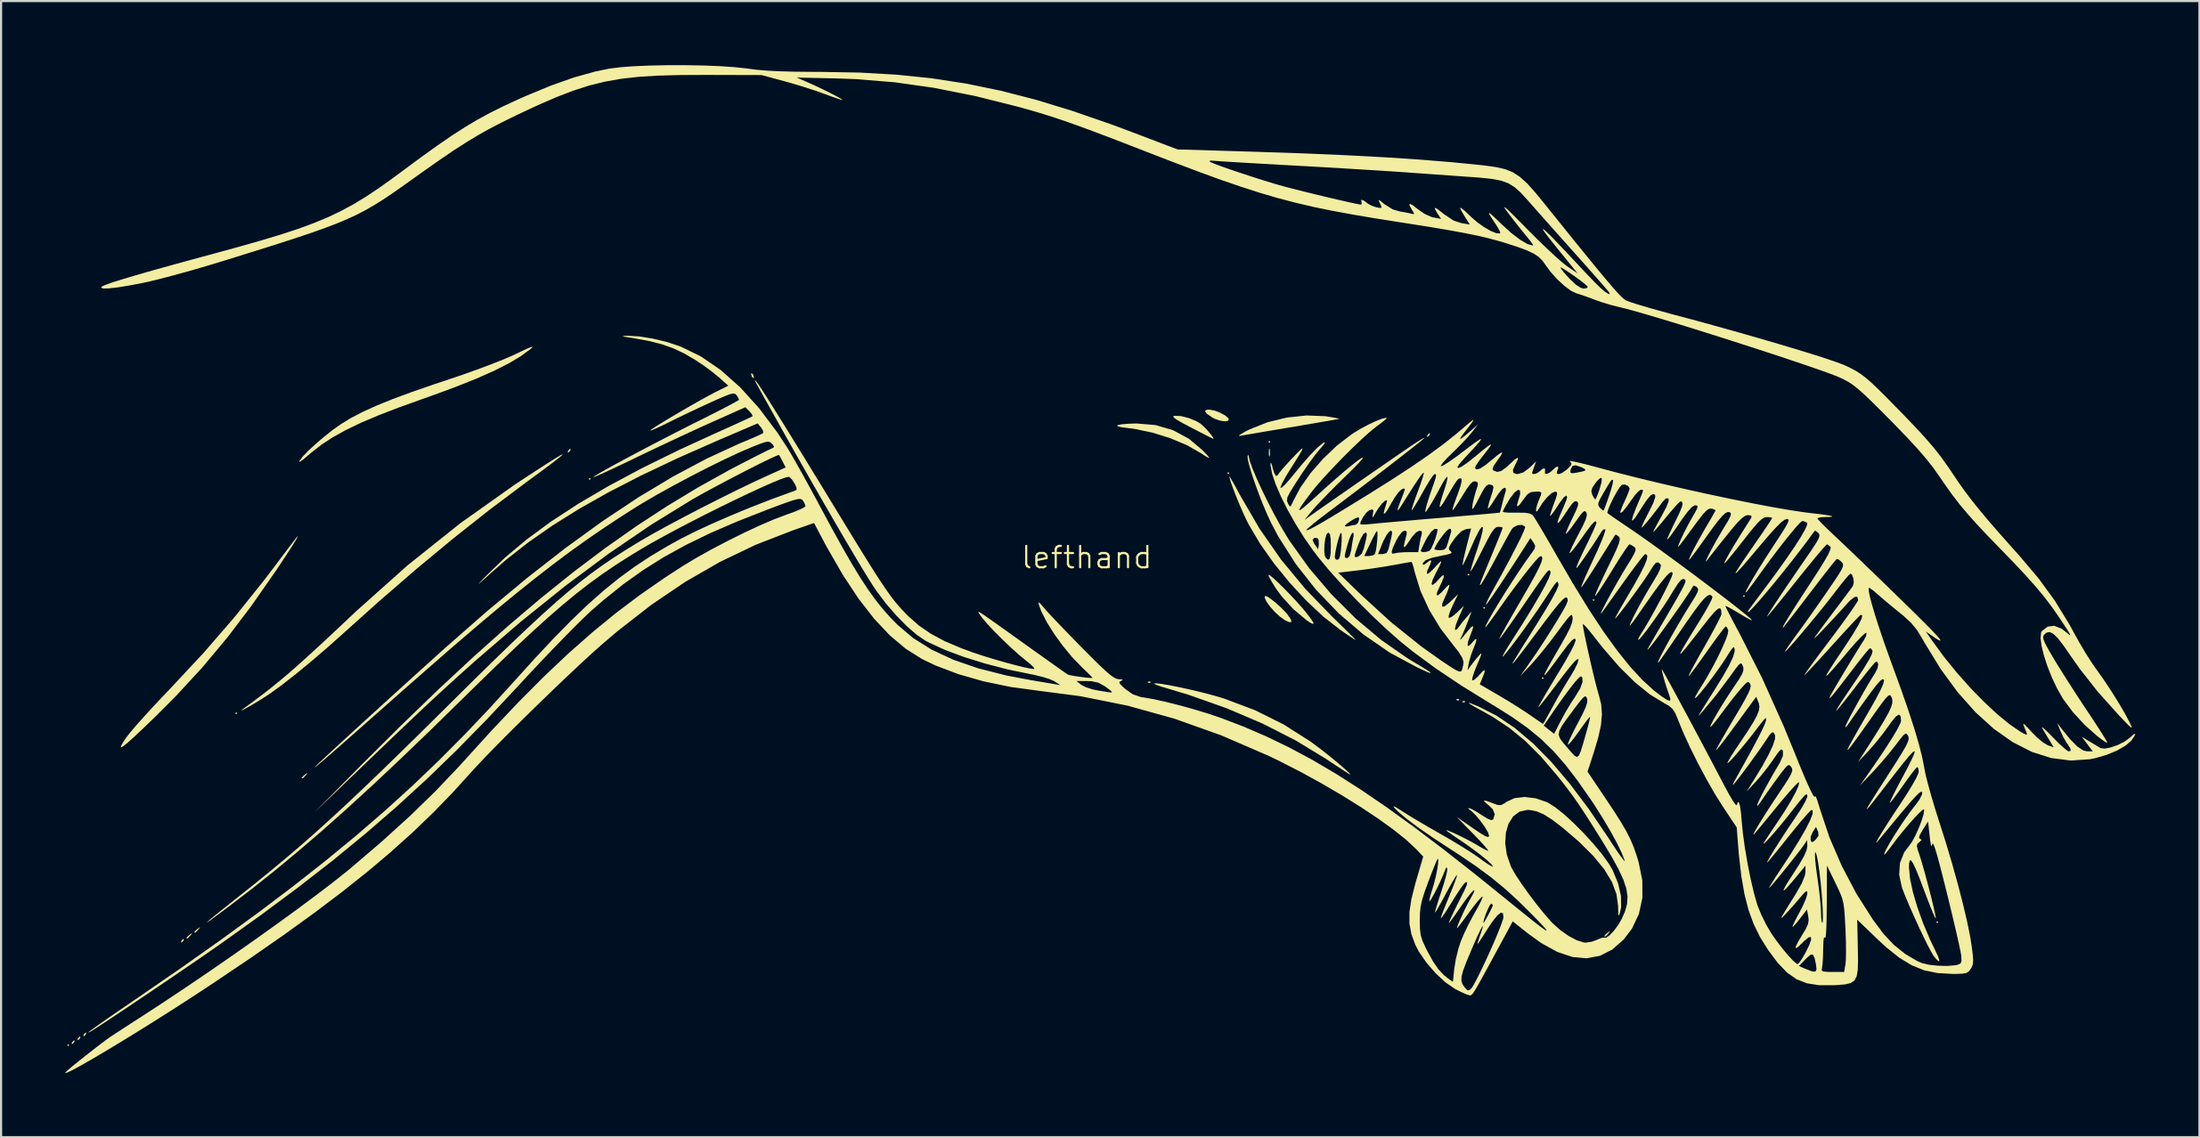
<source format=kicad_pcb>
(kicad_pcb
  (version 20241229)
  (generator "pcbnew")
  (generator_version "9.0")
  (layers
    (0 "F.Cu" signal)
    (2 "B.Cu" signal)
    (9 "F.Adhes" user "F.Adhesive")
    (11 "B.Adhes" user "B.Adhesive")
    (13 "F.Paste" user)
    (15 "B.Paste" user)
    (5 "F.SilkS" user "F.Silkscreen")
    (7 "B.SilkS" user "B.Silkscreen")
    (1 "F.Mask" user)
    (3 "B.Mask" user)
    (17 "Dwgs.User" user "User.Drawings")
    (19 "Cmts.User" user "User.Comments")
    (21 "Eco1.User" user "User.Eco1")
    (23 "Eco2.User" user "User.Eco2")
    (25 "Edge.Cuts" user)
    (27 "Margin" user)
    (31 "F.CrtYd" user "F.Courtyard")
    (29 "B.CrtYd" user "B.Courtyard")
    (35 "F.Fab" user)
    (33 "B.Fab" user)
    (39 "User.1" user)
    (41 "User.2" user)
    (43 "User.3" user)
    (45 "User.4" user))
  (footprint "lefthand"
    (layer "F.Cu")
    (at 47.792 23.537)
    (property "Reference" "lefthand" (at 0 -0.5 0) (unlocked yes) (layer "F.SilkS") (effects (font (size 1 1) (thickness 0.1))))
    (attr board_only exclude_from_pos_files exclude_from_bom)
    (fp_poly (pts (xy -47.605 22.322) (xy -47.65 22.367) (xy -47.696 22.322) (xy -47.65 22.276)) (stroke (width 0) (type solid)) (fill yes) (layer "F.SilkS"))
    (fp_poly (pts (xy -39.747 6.789) (xy -39.793 6.835) (xy -39.838 6.789) (xy -39.793 6.744)) (stroke (width 0) (type solid)) (fill yes) (layer "F.SilkS"))
    (fp_poly (pts (xy -23.21 -4.175) (xy -23.255 -4.129) (xy -23.301 -4.175) (xy -23.255 -4.221)) (stroke (width 0) (type solid)) (fill yes) (layer "F.SilkS"))
    (fp_poly (pts (xy 6.667 -4.449) (xy 6.622 -4.403) (xy 6.576 -4.449) (xy 6.622 -4.495)) (stroke (width 0) (type solid)) (fill yes) (layer "F.SilkS"))
    (fp_poly (pts (xy 8.586 -5.911) (xy 8.54 -5.865) (xy 8.495 -5.911) (xy 8.54 -5.956)) (stroke (width 0) (type solid)) (fill yes) (layer "F.SilkS"))
    (fp_poly (pts (xy 17.905 0.302) (xy 17.86 0.348) (xy 17.814 0.302) (xy 17.86 0.256)) (stroke (width 0) (type solid)) (fill yes) (layer "F.SilkS"))
    (fp_poly (pts (xy 18.636 1.855) (xy 18.591 1.901) (xy 18.545 1.855) (xy 18.591 1.81)) (stroke (width 0) (type solid)) (fill yes) (layer "F.SilkS"))
    (fp_poly (pts (xy 21.377 5.145) (xy 21.332 5.19) (xy 21.286 5.145) (xy 21.332 5.099)) (stroke (width 0) (type solid)) (fill yes) (layer "F.SilkS"))
    (fp_poly (pts (xy 23.753 1.49) (xy 23.707 1.536) (xy 23.662 1.49) (xy 23.707 1.444)) (stroke (width 0) (type solid)) (fill yes) (layer "F.SilkS"))
    (fp_poly (pts (xy 30.788 1.307) (xy 30.742 1.353) (xy 30.697 1.307) (xy 30.742 1.262)) (stroke (width 0) (type solid)) (fill yes) (layer "F.SilkS"))
    (fp_poly (pts (xy 39.833 16.565) (xy 39.788 16.611) (xy 39.742 16.565) (xy 39.788 16.52)) (stroke (width 0) (type solid)) (fill yes) (layer "F.SilkS"))
    (fp_poly (pts (xy 2.982 5.312) (xy 2.97 5.366) (xy 2.921 5.373) (xy 2.846 5.34) (xy 2.86 5.312) (xy 2.969 5.301)) (stroke (width 0) (type solid)) (fill yes) (layer "F.SilkS"))
    (fp_poly (pts (xy 17.418 6.134) (xy 17.406 6.189) (xy 17.357 6.195) (xy 17.282 6.162) (xy 17.296 6.134) (xy 17.405 6.123)) (stroke (width 0) (type solid)) (fill yes) (layer "F.SilkS"))
    (fp_poly (pts (xy 17.692 6.226) (xy 17.68 6.28) (xy 17.631 6.287) (xy 17.556 6.253) (xy 17.57 6.226) (xy 17.679 6.215)) (stroke (width 0) (type solid)) (fill yes) (layer "F.SilkS"))
    (fp_poly (pts (xy -15.629 -9.088) (xy -15.595 -9.021) (xy -15.571 -8.892) (xy -15.633 -8.917) (xy -15.676 -8.978) (xy -15.704 -9.097) (xy -15.692 -9.119)) (stroke (width 0) (type solid)) (fill yes) (layer "F.SilkS"))
    (fp_poly (pts (xy -47.359 22.152) (xy -47.376 22.185) (xy -47.462 22.272) (xy -47.478 22.276) (xy -47.485 22.217) (xy -47.468 22.185) (xy -47.382 22.097) (xy -47.365 22.093)) (stroke (width 0) (type solid)) (fill yes) (layer "F.SilkS"))
    (fp_poly (pts (xy -47.085 21.969) (xy -47.102 22.002) (xy -47.188 22.089) (xy -47.204 22.093) (xy -47.211 22.034) (xy -47.194 22.002) (xy -47.107 21.915) (xy -47.091 21.91)) (stroke (width 0) (type solid)) (fill yes) (layer "F.SilkS"))
    (fp_poly (pts (xy -46.811 21.787) (xy -46.828 21.819) (xy -46.914 21.906) (xy -46.93 21.91) (xy -46.936 21.851) (xy -46.919 21.819) (xy -46.833 21.732) (xy -46.817 21.728)) (stroke (width 0) (type solid)) (fill yes) (layer "F.SilkS"))
    (fp_poly (pts (xy -42.243 17.401) (xy -42.26 17.433) (xy -42.346 17.521) (xy -42.362 17.525) (xy -42.368 17.466) (xy -42.351 17.433) (xy -42.265 17.346) (xy -42.249 17.342)) (stroke (width 0) (type solid)) (fill yes) (layer "F.SilkS"))
    (fp_poly (pts (xy -41.877 17.116) (xy -41.928 17.182) (xy -42.062 17.324) (xy -42.121 17.324) (xy -42.123 17.308) (xy -42.06 17.231) (xy -41.963 17.148) (xy -41.855 17.069)) (stroke (width 0) (type solid)) (fill yes) (layer "F.SilkS"))
    (fp_poly (pts (xy -41.512 16.842) (xy -41.563 16.908) (xy -41.696 17.05) (xy -41.756 17.05) (xy -41.757 17.033) (xy -41.695 16.957) (xy -41.597 16.874) (xy -41.489 16.795)) (stroke (width 0) (type solid)) (fill yes) (layer "F.SilkS"))
    (fp_poly (pts (xy -36.487 9.624) (xy -36.538 9.69) (xy -36.671 9.832) (xy -36.731 9.832) (xy -36.732 9.816) (xy -36.67 9.739) (xy -36.572 9.656) (xy -36.464 9.577)) (stroke (width 0) (type solid)) (fill yes) (layer "F.SilkS"))
    (fp_poly (pts (xy -24.152 -5.532) (xy -24.169 -5.5) (xy -24.255 -5.412) (xy -24.271 -5.408) (xy -24.277 -5.467) (xy -24.26 -5.5) (xy -24.174 -5.587) (xy -24.158 -5.591)) (stroke (width 0) (type solid)) (fill yes) (layer "F.SilkS"))
    (fp_poly (pts (xy 8.558 -5.568) (xy 8.572 -5.336) (xy 8.558 -5.248) (xy 8.531 -5.22) (xy 8.517 -5.346) (xy 8.516 -5.408) (xy 8.525 -5.574) (xy 8.549 -5.594)) (stroke (width 0) (type solid)) (fill yes) (layer "F.SilkS"))
    (fp_poly (pts (xy 16.049 -6.263) (xy 16.032 -6.231) (xy 15.946 -6.143) (xy 15.93 -6.139) (xy 15.924 -6.198) (xy 15.941 -6.231) (xy 16.027 -6.318) (xy 16.043 -6.322)) (stroke (width 0) (type solid)) (fill yes) (layer "F.SilkS"))
    (fp_poly (pts (xy 24.455 17.025) (xy 24.404 17.091) (xy 24.271 17.233) (xy 24.211 17.232) (xy 24.21 17.216) (xy 24.272 17.14) (xy 24.37 17.056) (xy 24.478 16.977)) (stroke (width 0) (type solid)) (fill yes) (layer "F.SilkS"))
    (fp_poly (pts (xy 5.971 -7.376) (xy 6.248 -7.271) (xy 6.492 -7.135) (xy 6.636 -7) (xy 6.647 -6.976) (xy 6.609 -6.893) (xy 6.45 -6.871) (xy 6.224 -6.906) (xy 5.981 -6.991) (xy 5.878 -7.046) (xy 5.617 -7.227) (xy 5.528 -7.348) (xy 5.612 -7.41) (xy 5.727 -7.418)) (stroke (width 0) (type solid)) (fill yes) (layer "F.SilkS"))
    (fp_poly (pts (xy 8.43 1.322) (xy 8.615 1.442) (xy 8.851 1.63) (xy 9.098 1.854) (xy 9.319 2.082) (xy 9.391 2.167) (xy 9.552 2.4) (xy 9.576 2.52) (xy 9.463 2.523) (xy 9.271 2.434) (xy 9.036 2.269) (xy 8.792 2.044) (xy 8.571 1.795) (xy 8.404 1.561) (xy 8.322 1.379) (xy 8.334 1.3)) (stroke (width 0) (type solid)) (fill yes) (layer "F.SilkS"))
    (fp_poly (pts (xy 3.216 -6.697) (xy 4.038 -6.455) (xy 4.786 -6.049) (xy 5.407 -5.526) (xy 5.635 -5.286) (xy 5.728 -5.167) (xy 5.684 -5.164) (xy 5.502 -5.273) (xy 5.353 -5.373) (xy 4.696 -5.749) (xy 3.916 -6.078) (xy 3.073 -6.342) (xy 2.226 -6.519) (xy 1.892 -6.561) (xy 1.571 -6.605) (xy 1.425 -6.651) (xy 1.445 -6.694) (xy 1.623 -6.731) (xy 1.95 -6.758) (xy 2.331 -6.77)) (stroke (width 0) (type solid)) (fill yes) (layer "F.SilkS"))
    (fp_poly (pts (xy 4.411 -7.116) (xy 4.785 -7.02) (xy 5.148 -6.867) (xy 5.316 -6.765) (xy 5.461 -6.639) (xy 5.631 -6.462) (xy 5.79 -6.276) (xy 5.901 -6.125) (xy 5.928 -6.053) (xy 5.92 -6.051) (xy 5.832 -6.092) (xy 5.615 -6.201) (xy 5.299 -6.363) (xy 4.918 -6.56) (xy 4.886 -6.576) (xy 4.467 -6.798) (xy 4.199 -6.954) (xy 4.064 -7.054) (xy 4.047 -7.11) (xy 4.105 -7.13)) (stroke (width 0) (type solid)) (fill yes) (layer "F.SilkS"))
    (fp_poly (pts (xy 8.552 0.326) (xy 8.707 0.449) (xy 8.934 0.658) (xy 9.21 0.928) (xy 9.509 1.234) (xy 9.806 1.552) (xy 10.077 1.856) (xy 10.286 2.107) (xy 10.509 2.403) (xy 10.608 2.571) (xy 10.581 2.614) (xy 10.43 2.536) (xy 10.276 2.431) (xy 9.667 1.921) (xy 9.113 1.314) (xy 8.849 0.95) (xy 8.673 0.669) (xy 8.546 0.442) (xy 8.495 0.316) (xy 8.495 0.313)) (stroke (width 0) (type solid)) (fill yes) (layer "F.SilkS"))
    (fp_poly (pts (xy 11.159 -7.111) (xy 11.464 -7.062) (xy 11.829 -6.991) (xy 11.51 -6.931) (xy 11.324 -6.898) (xy 10.99 -6.841) (xy 10.542 -6.764) (xy 10.012 -6.674) (xy 9.431 -6.576) (xy 9.303 -6.555) (xy 8.721 -6.457) (xy 8.187 -6.367) (xy 7.731 -6.289) (xy 7.385 -6.229) (xy 7.18 -6.193) (xy 7.156 -6.189) (xy 7.114 -6.202) (xy 7.217 -6.279) (xy 7.442 -6.405) (xy 7.615 -6.493) (xy 8.458 -6.829) (xy 9.365 -7.049) (xy 10.283 -7.145)) (stroke (width 0) (type solid)) (fill yes) (layer "F.SilkS"))
    (fp_poly (pts (xy 6.709 -4.244) (xy 6.817 -4.061) (xy 6.978 -3.773) (xy 7.174 -3.41) (xy 7.18 -3.398) (xy 8.084 -1.844) (xy 9.09 -0.4) (xy 10.224 0.969) (xy 11.457 2.245) (xy 11.828 2.606) (xy 12.145 2.917) (xy 12.389 3.161) (xy 12.54 3.316) (xy 12.578 3.363) (xy 12.493 3.314) (xy 12.294 3.184) (xy 12.016 2.996) (xy 11.867 2.893) (xy 11.083 2.282) (xy 10.282 1.533) (xy 9.497 0.688) (xy 8.762 -0.216) (xy 8.111 -1.138) (xy 7.578 -2.041) (xy 7.493 -2.206) (xy 7.336 -2.538) (xy 7.165 -2.929) (xy 6.997 -3.337) (xy 6.849 -3.72) (xy 6.736 -4.037) (xy 6.675 -4.247) (xy 6.669 -4.294)) (stroke (width 0) (type solid)) (fill yes) (layer "F.SilkS"))
    (fp_poly (pts (xy 3.514 5.419) (xy 3.884 5.482) (xy 4.333 5.571) (xy 4.828 5.68) (xy 5.336 5.801) (xy 5.824 5.927) (xy 6.26 6.052) (xy 6.43 6.105) (xy 7.875 6.649) (xy 9.205 7.311) (xy 10.459 8.109) (xy 10.916 8.447) (xy 11.245 8.705) (xy 11.574 8.972) (xy 11.875 9.225) (xy 12.121 9.44) (xy 12.284 9.593) (xy 12.337 9.661) (xy 12.332 9.662) (xy 12.244 9.612) (xy 12.032 9.479) (xy 11.726 9.279) (xy 11.352 9.032) (xy 11.19 8.924) (xy 9.781 8.066) (xy 8.224 7.273) (xy 6.543 6.556) (xy 4.763 5.927) (xy 3.811 5.639) (xy 3.488 5.542) (xy 3.252 5.46) (xy 3.142 5.407) (xy 3.139 5.399) (xy 3.255 5.389)) (stroke (width 0) (type solid)) (fill yes) (layer "F.SilkS"))
    (fp_poly (pts (xy -36.984 -1.344) (xy -37.149 -1.076) (xy -37.4 -0.688) (xy -37.729 -0.189) (xy -37.96 0.157) (xy -39.09 1.776) (xy -40.216 3.257) (xy -41.371 4.638) (xy -42.589 5.96) (xy -43.574 6.947) (xy -44.128 7.482) (xy -44.561 7.889) (xy -44.878 8.173) (xy -45.083 8.338) (xy -45.184 8.388) (xy -45.184 8.326) (xy -45.089 8.157) (xy -44.935 7.924) (xy -44.762 7.701) (xy -44.483 7.373) (xy -44.121 6.966) (xy -43.7 6.505) (xy -43.241 6.015) (xy -42.899 5.658) (xy -41.327 3.974) (xy -39.87 2.292) (xy -38.474 0.547) (xy -38.01 -0.063) (xy -37.684 -0.497) (xy -37.395 -0.879) (xy -37.162 -1.185) (xy -37.003 -1.393) (xy -36.935 -1.479) (xy -36.935 -1.479) (xy -36.911 -1.482)) (stroke (width 0) (type solid)) (fill yes) (layer "F.SilkS"))
    (fp_poly (pts (xy 7.574 -5.241) (xy 7.627 -5.009) (xy 7.757 -4.65) (xy 7.949 -4.193) (xy 8.189 -3.67) (xy 8.463 -3.111) (xy 8.755 -2.545) (xy 9.051 -2.004) (xy 9.336 -1.519) (xy 9.475 -1.297) (xy 10.403 0.000281) (xy 11.447 1.227) (xy 12.582 2.358) (xy 13.781 3.366) (xy 15.016 4.224) (xy 15.37 4.438) (xy 15.683 4.623) (xy 15.925 4.773) (xy 16.061 4.866) (xy 16.078 4.883) (xy 16.074 4.904) (xy 16.038 4.902) (xy 15.937 4.861) (xy 15.733 4.769) (xy 15.455 4.641) (xy 14.174 3.952) (xy 12.944 3.104) (xy 11.788 2.117) (xy 10.725 1.01) (xy 9.776 -0.196) (xy 8.961 -1.48) (xy 8.632 -2.101) (xy 8.44 -2.514) (xy 8.24 -2.986) (xy 8.045 -3.486) (xy 7.864 -3.981) (xy 7.71 -4.439) (xy 7.595 -4.826) (xy 7.529 -5.11) (xy 7.524 -5.259) (xy 7.564 -5.296)) (stroke (width 0) (type solid)) (fill yes) (layer "F.SilkS"))
    (fp_poly (pts (xy -25.94 -10.33) (xy -26.02 -10.257) (xy -26.468 -9.926) (xy -27.034 -9.587) (xy -27.728 -9.236) (xy -28.564 -8.866) (xy -29.551 -8.472) (xy -30.703 -8.049) (xy -31.067 -7.92) (xy -32.184 -7.519) (xy -33.144 -7.149) (xy -33.965 -6.8) (xy -34.667 -6.462) (xy -35.272 -6.126) (xy -35.799 -5.781) (xy -36.267 -5.418) (xy -36.43 -5.278) (xy -36.656 -5.087) (xy -36.805 -4.985) (xy -36.851 -4.987) (xy -36.842 -5.008) (xy -36.69 -5.211) (xy -36.424 -5.488) (xy -36.077 -5.81) (xy -35.684 -6.146) (xy -35.28 -6.466) (xy -34.9 -6.736) (xy -34.431 -7.023) (xy -33.88 -7.31) (xy -33.23 -7.605) (xy -32.463 -7.916) (xy -31.561 -8.249) (xy -30.508 -8.613) (xy -29.971 -8.791) (xy -29.244 -9.037) (xy -28.529 -9.291) (xy -27.865 -9.54) (xy -27.288 -9.768) (xy -26.837 -9.963) (xy -26.728 -10.015) (xy -26.32 -10.21) (xy -26.06 -10.325) (xy -25.938 -10.364)) (stroke (width 0) (type solid)) (fill yes) (layer "F.SilkS"))
    (fp_poly (pts (xy -24.559 -5.275) (xy -24.76 -5.111) (xy -25.11 -4.842) (xy -25.61 -4.47) (xy -26.258 -3.994) (xy -26.271 -3.985) (xy -27.941 -2.731) (xy -29.621 -1.404) (xy -31.336 0.017) (xy -33.109 1.551) (xy -34.722 2.997) (xy -35.505 3.696) (xy -36.27 4.352) (xy -36.989 4.945) (xy -37.638 5.453) (xy -38.19 5.854) (xy -38.265 5.905) (xy -38.516 6.068) (xy -38.79 6.238) (xy -39.059 6.398) (xy -39.294 6.533) (xy -39.468 6.626) (xy -39.551 6.661) (xy -39.517 6.622) (xy -39.473 6.589) (xy -39.003 6.244) (xy -38.573 5.922) (xy -38.166 5.605) (xy -37.763 5.278) (xy -37.345 4.926) (xy -36.894 4.531) (xy -36.391 4.077) (xy -35.817 3.55) (xy -35.154 2.932) (xy -34.383 2.207) (xy -34.155 1.992) (xy -31.768 -0.139) (xy -29.302 -2.107) (xy -26.754 -3.913) (xy -26.499 -4.082) (xy -25.8 -4.539) (xy -25.252 -4.893) (xy -24.854 -5.144) (xy -24.606 -5.291) (xy -24.508 -5.335)) (stroke (width 0) (type solid)) (fill yes) (layer "F.SilkS"))
    (fp_poly (pts (xy -17.967 -23.523) (xy -17.184 -23.492) (xy -16.49 -23.446) (xy -15.921 -23.385) (xy -15.862 -23.376) (xy -15.431 -23.321) (xy -14.937 -23.28) (xy -14.354 -23.251) (xy -13.654 -23.232) (xy -12.809 -23.224) (xy -12.435 -23.223) (xy -10.622 -23.191) (xy -8.907 -23.093) (xy -7.259 -22.924) (xy -5.645 -22.676) (xy -4.034 -22.344) (xy -2.392 -21.922) (xy -0.688 -21.402) (xy 1.111 -20.78) (xy 2.099 -20.412) (xy 4.246 -19.595) (xy 7.855 -19.486) (xy 10.046 -19.412) (xy 12.06 -19.327) (xy 13.901 -19.229) (xy 15.575 -19.119) (xy 17.086 -18.996) (xy 18.441 -18.861) (xy 18.65 -18.837) (xy 19.167 -18.764) (xy 19.587 -18.666) (xy 19.944 -18.519) (xy 20.274 -18.302) (xy 20.61 -17.995) (xy 20.987 -17.574) (xy 21.329 -17.157) (xy 22.073 -16.233) (xy 22.711 -15.441) (xy 23.254 -14.771) (xy 23.709 -14.213) (xy 24.085 -13.756) (xy 24.392 -13.39) (xy 24.637 -13.104) (xy 24.831 -12.888) (xy 24.98 -12.731) (xy 25.096 -12.624) (xy 25.185 -12.556) (xy 25.237 -12.525) (xy 25.412 -12.457) (xy 25.733 -12.353) (xy 26.17 -12.222) (xy 26.693 -12.073) (xy 27.271 -11.914) (xy 27.499 -11.853) (xy 28.493 -11.587) (xy 29.492 -11.313) (xy 30.478 -11.037) (xy 31.431 -10.764) (xy 32.332 -10.501) (xy 33.162 -10.253) (xy 33.901 -10.026) (xy 34.531 -9.825) (xy 35.031 -9.656) (xy 35.383 -9.526) (xy 35.494 -9.478) (xy 35.756 -9.352) (xy 35.986 -9.228) (xy 36.206 -9.087) (xy 36.436 -8.913) (xy 36.695 -8.689) (xy 37.005 -8.396) (xy 37.387 -8.018) (xy 37.86 -7.536) (xy 38.242 -7.144) (xy 38.805 -6.557) (xy 39.262 -6.057) (xy 39.645 -5.61) (xy 39.981 -5.18) (xy 40.301 -4.731) (xy 40.491 -4.449) (xy 40.78 -4.02) (xy 41.07 -3.612) (xy 41.38 -3.201) (xy 41.729 -2.764) (xy 42.134 -2.279) (xy 42.615 -1.723) (xy 43.19 -1.073) (xy 43.651 -0.557) (xy 44.538 0.494) (xy 45.296 1.535) (xy 45.962 2.621) (xy 46.183 3.026) (xy 46.445 3.497) (xy 46.732 3.98) (xy 47.008 4.414) (xy 47.202 4.693) (xy 47.553 5.186) (xy 47.918 5.735) (xy 48.266 6.29) (xy 48.565 6.8) (xy 48.777 7.2) (xy 48.858 7.374) (xy 48.886 7.461) (xy 48.845 7.451) (xy 48.718 7.335) (xy 48.492 7.102) (xy 48.281 6.881) (xy 47.306 5.792) (xy 46.453 4.71) (xy 46.028 4.105) (xy 45.69 3.615) (xy 45.424 3.274) (xy 45.213 3.068) (xy 45.042 2.987) (xy 44.895 3.018) (xy 44.769 3.133) (xy 44.737 3.215) (xy 44.76 3.346) (xy 44.849 3.552) (xy 45.016 3.858) (xy 45.271 4.291) (xy 45.275 4.298) (xy 45.544 4.734) (xy 45.881 5.268) (xy 46.254 5.848) (xy 46.629 6.42) (xy 46.839 6.735) (xy 47.135 7.181) (xy 47.389 7.572) (xy 47.586 7.885) (xy 47.711 8.095) (xy 47.749 8.178) (xy 47.749 8.178) (xy 47.666 8.143) (xy 47.484 8.02) (xy 47.269 7.857) (xy 46.677 7.328) (xy 46.125 6.728) (xy 45.677 6.125) (xy 45.655 6.09) (xy 45.391 5.626) (xy 45.15 5.117) (xy 44.943 4.595) (xy 44.778 4.091) (xy 44.667 3.638) (xy 44.619 3.268) (xy 44.644 3.013) (xy 44.679 2.947) (xy 44.952 2.734) (xy 45.263 2.697) (xy 45.61 2.837) (xy 45.856 3.026) (xy 45.964 3.118) (xy 46.006 3.133) (xy 45.974 3.054) (xy 45.86 2.866) (xy 45.655 2.553) (xy 45.472 2.279) (xy 45.145 1.809) (xy 44.794 1.347) (xy 44.397 0.868) (xy 43.931 0.345) (xy 43.373 -0.25) (xy 42.757 -0.886) (xy 42.136 -1.526) (xy 41.622 -2.073) (xy 41.19 -2.558) (xy 40.812 -3.012) (xy 40.464 -3.467) (xy 40.118 -3.953) (xy 39.881 -4.302) (xy 39.598 -4.701) (xy 39.269 -5.118) (xy 38.874 -5.577) (xy 38.39 -6.101) (xy 37.798 -6.714) (xy 37.598 -6.917) (xy 37.081 -7.438) (xy 36.668 -7.845) (xy 36.34 -8.158) (xy 36.073 -8.393) (xy 35.848 -8.571) (xy 35.641 -8.708) (xy 35.433 -8.823) (xy 35.265 -8.904) (xy 35.004 -9.013) (xy 34.589 -9.167) (xy 34.043 -9.36) (xy 33.387 -9.584) (xy 32.644 -9.834) (xy 31.834 -10.101) (xy 30.979 -10.379) (xy 30.102 -10.661) (xy 29.225 -10.94) (xy 28.368 -11.209) (xy 27.553 -11.461) (xy 26.803 -11.688) (xy 26.139 -11.885) (xy 25.583 -12.044) (xy 25.157 -12.158) (xy 24.961 -12.205) (xy 24.524 -12.315) (xy 24.058 -12.456) (xy 23.728 -12.573) (xy 23.391 -12.701) (xy 23.087 -12.806) (xy 22.906 -12.86) (xy 22.652 -12.98) (xy 22.338 -13.214) (xy 22.004 -13.524) (xy 21.692 -13.872) (xy 21.544 -14.075) (xy 22.156 -14.075) (xy 22.196 -13.997) (xy 22.335 -13.823) (xy 22.543 -13.59) (xy 22.57 -13.561) (xy 22.877 -13.267) (xy 23.114 -13.114) (xy 23.254 -13.083) (xy 23.41 -13.112) (xy 23.434 -13.173) (xy 23.336 -13.269) (xy 23.14 -13.426) (xy 22.888 -13.612) (xy 22.621 -13.799) (xy 22.383 -13.957) (xy 22.213 -14.057) (xy 22.156 -14.075) (xy 21.544 -14.075) (xy 21.475 -14.169) (xy 21.318 -14.388) (xy 21.141 -14.565) (xy 20.911 -14.719) (xy 20.599 -14.867) (xy 20.173 -15.025) (xy 19.602 -15.21) (xy 19.575 -15.219) (xy 19.167 -15.339) (xy 18.73 -15.454) (xy 18.241 -15.566) (xy 17.676 -15.681) (xy 17.014 -15.803) (xy 16.23 -15.936) (xy 15.303 -16.085) (xy 14.615 -16.192) (xy 13.462 -16.375) (xy 12.425 -16.55) (xy 11.479 -16.725) (xy 10.598 -16.906) (xy 9.757 -17.103) (xy 8.93 -17.32) (xy 8.091 -17.566) (xy 7.214 -17.848) (xy 6.273 -18.172) (xy 5.244 -18.547) (xy 4.1 -18.979) (xy 3.915 -19.05) (xy 5.731 -19.05) (xy 5.789 -19.004) (xy 5.964 -18.927) (xy 6.279 -18.809) (xy 6.701 -18.66) (xy 7.196 -18.493) (xy 7.729 -18.318) (xy 8.267 -18.147) (xy 8.775 -17.992) (xy 8.97 -17.934) (xy 9.289 -17.846) (xy 9.71 -17.737) (xy 10.201 -17.613) (xy 10.729 -17.484) (xy 11.261 -17.356) (xy 11.765 -17.238) (xy 12.208 -17.137) (xy 12.557 -17.061) (xy 12.779 -17.019) (xy 12.836 -17.012) (xy 12.864 -17.08) (xy 12.845 -17.154) (xy 12.844 -17.243) (xy 12.963 -17.198) (xy 13.154 -17.056) (xy 13.311 -16.968) (xy 13.514 -16.895) (xy 13.697 -16.856) (xy 13.791 -16.87) (xy 13.794 -16.879) (xy 13.755 -16.992) (xy 13.687 -17.132) (xy 13.649 -17.228) (xy 13.707 -17.21) (xy 13.877 -17.071) (xy 13.908 -17.044) (xy 14.317 -16.787) (xy 14.632 -16.695) (xy 14.918 -16.645) (xy 15.149 -16.597) (xy 15.195 -16.585) (xy 15.303 -16.564) (xy 15.304 -16.618) (xy 15.205 -16.778) (xy 15.095 -16.979) (xy 15.108 -17.05) (xy 15.239 -16.991) (xy 15.484 -16.802) (xy 15.497 -16.79) (xy 15.797 -16.583) (xy 16.113 -16.439) (xy 16.218 -16.411) (xy 16.574 -16.345) (xy 16.417 -16.584) (xy 16.295 -16.788) (xy 16.281 -16.867) (xy 16.384 -16.819) (xy 16.611 -16.645) (xy 16.695 -16.575) (xy 17.159 -16.267) (xy 17.524 -16.146) (xy 17.919 -16.08) (xy 17.684 -16.453) (xy 17.522 -16.722) (xy 17.466 -16.856) (xy 17.519 -16.855) (xy 17.686 -16.718) (xy 17.97 -16.445) (xy 17.974 -16.441) (xy 18.264 -16.188) (xy 18.582 -15.962) (xy 18.889 -15.785) (xy 19.147 -15.678) (xy 19.317 -15.663) (xy 19.345 -15.68) (xy 19.321 -15.771) (xy 19.216 -15.961) (xy 19.118 -16.115) (xy 18.92 -16.412) (xy 18.821 -16.582) (xy 18.826 -16.624) (xy 18.941 -16.537) (xy 19.174 -16.321) (xy 19.423 -16.079) (xy 19.859 -15.683) (xy 20.263 -15.375) (xy 20.608 -15.173) (xy 20.867 -15.094) (xy 20.883 -15.093) (xy 20.859 -15.156) (xy 20.741 -15.322) (xy 20.553 -15.556) (xy 20.538 -15.573) (xy 20.272 -15.899) (xy 19.967 -16.288) (xy 19.694 -16.646) (xy 19.571 -16.819) (xy 19.529 -16.899) (xy 19.575 -16.879) (xy 19.719 -16.751) (xy 19.967 -16.509) (xy 20.328 -16.146) (xy 20.613 -15.856) (xy 21.052 -15.417) (xy 21.482 -15.001) (xy 21.875 -14.634) (xy 22.203 -14.342) (xy 22.438 -14.152) (xy 22.466 -14.132) (xy 22.962 -13.792) (xy 21.973 -15.014) (xy 21.639 -15.433) (xy 21.424 -15.715) (xy 21.331 -15.861) (xy 21.357 -15.87) (xy 21.505 -15.742) (xy 21.773 -15.477) (xy 22.161 -15.074) (xy 22.67 -14.535) (xy 23.002 -14.179) (xy 23.447 -13.706) (xy 23.789 -13.353) (xy 24.046 -13.103) (xy 24.235 -12.941) (xy 24.375 -12.85) (xy 24.466 -12.815) (xy 24.454 -12.871) (xy 24.427 -12.918) (xy 24.35 -13.013) (xy 24.168 -13.225) (xy 23.898 -13.534) (xy 23.555 -13.922) (xy 23.159 -14.37) (xy 22.754 -14.823) (xy 22.29 -15.343) (xy 21.834 -15.855) (xy 21.412 -16.329) (xy 21.046 -16.741) (xy 20.761 -17.064) (xy 20.616 -17.229) (xy 20.298 -17.575) (xy 20.014 -17.829) (xy 19.723 -18.01) (xy 19.386 -18.132) (xy 18.964 -18.214) (xy 18.417 -18.272) (xy 18.108 -18.295) (xy 17.601 -18.331) (xy 16.969 -18.376) (xy 16.269 -18.426) (xy 15.558 -18.477) (xy 14.982 -18.518) (xy 14.427 -18.556) (xy 13.728 -18.602) (xy 12.923 -18.652) (xy 12.052 -18.705) (xy 11.152 -18.758) (xy 10.263 -18.809) (xy 9.774 -18.836) (xy 8.993 -18.879) (xy 8.255 -18.921) (xy 7.582 -18.96) (xy 7 -18.994) (xy 6.53 -19.023) (xy 6.198 -19.045) (xy 6.033 -19.057) (xy 5.799 -19.071) (xy 5.731 -19.05) (xy 3.915 -19.05) (xy 2.815 -19.475) (xy 2.726 -19.51) (xy 1.732 -19.896) (xy 0.883 -20.222) (xy 0.154 -20.497) (xy -0.478 -20.729) (xy -1.039 -20.927) (xy -1.552 -21.099) (xy -2.043 -21.254) (xy -2.535 -21.4) (xy -3.053 -21.546) (xy -3.193 -21.585) (xy -5.214 -22.092) (xy -7.136 -22.475) (xy -8.99 -22.737) (xy -10.804 -22.885) (xy -11.697 -22.917) (xy -13.571 -22.957) (xy -13.068 -22.74) (xy -12.732 -22.589) (xy -12.37 -22.417) (xy -12.02 -22.245) (xy -11.721 -22.09) (xy -11.509 -21.972) (xy -11.424 -21.91) (xy -11.423 -21.909) (xy -11.503 -21.924) (xy -11.716 -21.993) (xy -12.027 -22.103) (xy -12.262 -22.19) (xy -12.717 -22.35) (xy -13.267 -22.528) (xy -13.829 -22.698) (xy -14.158 -22.789) (xy -15.215 -23.074) (xy -17.865 -23.081) (xy -19.039 -23.075) (xy -20.062 -23.048) (xy -20.967 -22.992) (xy -21.784 -22.9) (xy -22.547 -22.765) (xy -23.285 -22.582) (xy -24.032 -22.342) (xy -24.818 -22.039) (xy -25.676 -21.667) (xy -26.637 -21.218) (xy -26.727 -21.174) (xy -27.359 -20.864) (xy -27.934 -20.565) (xy -28.484 -20.257) (xy -29.038 -19.922) (xy -29.628 -19.542) (xy -30.284 -19.096) (xy -31.037 -18.567) (xy -31.487 -18.245) (xy -32.012 -17.87) (xy -32.482 -17.541) (xy -32.915 -17.251) (xy -33.329 -16.991) (xy -33.74 -16.755) (xy -34.166 -16.534) (xy -34.625 -16.322) (xy -35.133 -16.111) (xy -35.708 -15.893) (xy -36.368 -15.66) (xy -37.13 -15.406) (xy -38.01 -15.123) (xy -39.027 -14.803) (xy -40.198 -14.438) (xy -40.465 -14.356) (xy -41.181 -14.139) (xy -41.918 -13.925) (xy -42.636 -13.726) (xy -43.292 -13.553) (xy -43.845 -13.417) (xy -44.165 -13.347) (xy -44.809 -13.224) (xy -45.339 -13.139) (xy -45.742 -13.093) (xy -46.005 -13.087) (xy -46.112 -13.123) (xy -46.093 -13.168) (xy -45.953 -13.239) (xy -45.637 -13.354) (xy -45.145 -13.51) (xy -44.478 -13.709) (xy -43.637 -13.95) (xy -42.623 -14.232) (xy -41.436 -14.556) (xy -40.935 -14.691) (xy -39.709 -15.026) (xy -38.639 -15.33) (xy -37.704 -15.612) (xy -36.883 -15.882) (xy -36.154 -16.15) (xy -35.495 -16.424) (xy -34.885 -16.715) (xy -34.302 -17.031) (xy -33.724 -17.382) (xy -33.13 -17.778) (xy -32.499 -18.227) (xy -32.027 -18.576) (xy -31.153 -19.222) (xy -30.393 -19.769) (xy -29.716 -20.234) (xy -29.095 -20.635) (xy -28.501 -20.988) (xy -27.906 -21.311) (xy -27.282 -21.622) (xy -26.599 -21.938) (xy -26.275 -22.082) (xy -25.07 -22.581) (xy -23.981 -22.966) (xy -22.988 -23.242) (xy -22.342 -23.375) (xy -21.843 -23.439) (xy -21.201 -23.487) (xy -20.453 -23.519) (xy -19.64 -23.536) (xy -18.798 -23.537)) (stroke (width 0) (type solid)) (fill yes) (layer "F.SilkS"))
    (fp_poly (pts (xy -20.941 -10.845) (xy -20.313 -10.744) (xy -19.656 -10.586) (xy -19.037 -10.383) (xy -18.994 -10.367) (xy -18.052 -9.908) (xy -17.125 -9.272) (xy -16.216 -8.464) (xy -15.333 -7.489) (xy -14.479 -6.353) (xy -14.01 -5.637) (xy -13.837 -5.347) (xy -13.597 -4.929) (xy -13.308 -4.414) (xy -12.99 -3.836) (xy -12.659 -3.228) (xy -12.452 -2.841) (xy -11.9 -1.816) (xy -11.414 -0.939) (xy -10.982 -0.189) (xy -10.591 0.452) (xy -10.229 1.003) (xy -9.884 1.482) (xy -9.544 1.909) (xy -9.196 2.301) (xy -8.857 2.648) (xy -8.122 3.271) (xy -7.251 3.816) (xy -6.235 4.289) (xy -5.068 4.691) (xy -3.743 5.026) (xy -2.652 5.233) (xy -2.241 5.302) (xy -1.868 5.365) (xy -1.592 5.412) (xy -1.51 5.426) (xy -1.236 5.475) (xy -1.51 5.295) (xy -1.539 5.282) (xy -0.484 5.282) (xy -0.26 5.458) (xy -0.046 5.569) (xy 0.268 5.671) (xy 0.506 5.721) (xy 0.806 5.769) (xy 1.03 5.805) (xy 1.117 5.819) (xy 1.185 5.798) (xy 1.185 5.797) (xy 1.117 5.73) (xy 0.945 5.599) (xy 0.838 5.522) (xy 0.541 5.359) (xy 0.222 5.29) (xy 0.003 5.282) (xy -0.484 5.282) (xy -1.539 5.282) (xy -1.725 5.197) (xy -2.06 5.091) (xy -2.456 4.995) (xy -2.606 4.965) (xy -3.693 4.74) (xy -4.752 4.465) (xy -5.748 4.155) (xy -6.644 3.82) (xy -7.402 3.471) (xy -7.552 3.392) (xy -7.96 3.113) (xy -8.425 2.709) (xy -8.913 2.213) (xy -9.391 1.659) (xy -9.829 1.08) (xy -9.984 0.85) (xy -10.233 0.458) (xy -10.558 -0.075) (xy -10.95 -0.73) (xy -11.396 -1.487) (xy -11.886 -2.327) (xy -12.408 -3.231) (xy -12.952 -4.18) (xy -13.506 -5.154) (xy -14.059 -6.134) (xy -14.36 -6.672) (xy -14.722 -7.32) (xy -15.004 -7.826) (xy -15.216 -8.206) (xy -15.365 -8.476) (xy -15.462 -8.653) (xy -15.514 -8.755) (xy -15.531 -8.797) (xy -15.522 -8.797) (xy -15.495 -8.771) (xy -15.467 -8.743) (xy -15.38 -8.626) (xy -15.203 -8.36) (xy -14.941 -7.95) (xy -14.597 -7.403) (xy -14.176 -6.727) (xy -13.682 -5.928) (xy -13.119 -5.012) (xy -12.491 -3.987) (xy -11.803 -2.859) (xy -11.714 -2.713) (xy -11.154 -1.794) (xy -10.677 -1.016) (xy -10.273 -0.363) (xy -9.932 0.178) (xy -9.642 0.625) (xy -9.395 0.992) (xy -9.179 1.296) (xy -8.984 1.55) (xy -8.799 1.771) (xy -8.614 1.975) (xy -8.419 2.176) (xy -8.37 2.225) (xy -7.87 2.671) (xy -7.311 3.059) (xy -6.659 3.41) (xy -5.881 3.742) (xy -5.309 3.951) (xy -4.855 4.102) (xy -4.36 4.253) (xy -3.861 4.398) (xy -3.389 4.525) (xy -2.979 4.627) (xy -2.665 4.694) (xy -2.481 4.717) (xy -2.455 4.714) (xy -2.478 4.65) (xy -2.618 4.509) (xy -2.846 4.323) (xy -2.847 4.322) (xy -3.171 4.056) (xy -3.553 3.712) (xy -3.956 3.328) (xy -4.34 2.943) (xy -4.668 2.592) (xy -4.901 2.315) (xy -4.932 2.273) (xy -5.007 2.169) (xy -5.06 2.092) (xy -5.078 2.049) (xy -5.047 2.049) (xy -4.952 2.101) (xy -4.78 2.214) (xy -4.517 2.397) (xy -4.148 2.659) (xy -3.659 3.007) (xy -3.037 3.452) (xy -2.961 3.507) (xy -2.431 3.886) (xy -1.947 4.23) (xy -1.531 4.526) (xy -1.204 4.759) (xy -0.984 4.913) (xy -0.894 4.975) (xy -0.777 5.009) (xy -0.551 5.051) (xy -0.276 5.091) (xy -0.009 5.124) (xy 0.193 5.14) (xy 0.272 5.133) (xy 0.21 5.064) (xy 0.048 4.902) (xy -0.184 4.679) (xy -0.24 4.625) (xy -0.687 4.161) (xy -1.126 3.628) (xy -1.532 3.067) (xy -1.875 2.518) (xy -2.128 2.021) (xy -2.239 1.718) (xy -2.259 1.608) (xy -2.212 1.62) (xy -2.08 1.765) (xy -2.005 1.855) (xy -1.853 2.028) (xy -1.595 2.305) (xy -1.256 2.662) (xy -0.857 3.075) (xy -0.423 3.52) (xy -0.241 3.706) (xy 0.245 4.195) (xy 0.624 4.567) (xy 0.913 4.837) (xy 1.129 5.02) (xy 1.291 5.13) (xy 1.416 5.184) (xy 1.501 5.197) (xy 1.67 5.209) (xy 1.67 5.242) (xy 1.607 5.271) (xy 1.524 5.323) (xy 1.54 5.401) (xy 1.672 5.538) (xy 1.816 5.664) (xy 2.155 5.903) (xy 2.513 6.026) (xy 2.673 6.052) (xy 3.131 6.131) (xy 3.712 6.26) (xy 4.367 6.425) (xy 5.048 6.615) (xy 5.706 6.815) (xy 6.278 7.009) (xy 7.352 7.42) (xy 8.414 7.879) (xy 9.478 8.394) (xy 10.559 8.974) (xy 11.669 9.628) (xy 12.824 10.365) (xy 14.037 11.193) (xy 15.321 12.122) (xy 16.692 13.159) (xy 18.163 14.315) (xy 19.367 15.287) (xy 20.043 15.836) (xy 20.583 16.272) (xy 20.995 16.599) (xy 21.284 16.82) (xy 21.455 16.939) (xy 21.515 16.961) (xy 21.47 16.887) (xy 21.325 16.723) (xy 21.087 16.471) (xy 20.829 16.206) (xy 20.176 15.56) (xy 19.555 14.995) (xy 18.922 14.474) (xy 18.231 13.962) (xy 17.439 13.425) (xy 17.037 13.165) (xy 16.212 12.624) (xy 15.521 12.146) (xy 14.972 11.737) (xy 14.573 11.402) (xy 14.388 11.215) (xy 14.346 11.142) (xy 14.447 11.181) (xy 14.691 11.331) (xy 14.753 11.372) (xy 15.032 11.549) (xy 15.426 11.787) (xy 15.89 12.06) (xy 16.378 12.341) (xy 16.563 12.446) (xy 17.055 12.73) (xy 17.544 13.025) (xy 17.982 13.303) (xy 18.324 13.534) (xy 18.413 13.6) (xy 18.683 13.795) (xy 18.888 13.924) (xy 18.994 13.968) (xy 19.002 13.96) (xy 18.93 13.855) (xy 18.731 13.67) (xy 18.432 13.426) (xy 18.058 13.144) (xy 17.636 12.844) (xy 17.426 12.702) (xy 17.141 12.508) (xy 16.925 12.356) (xy 16.816 12.271) (xy 16.809 12.263) (xy 16.883 12.274) (xy 17.076 12.352) (xy 17.348 12.476) (xy 17.656 12.628) (xy 17.96 12.787) (xy 18.219 12.933) (xy 18.247 12.95) (xy 18.505 13.102) (xy 18.703 13.203) (xy 18.781 13.231) (xy 18.753 13.17) (xy 18.616 13.005) (xy 18.394 12.761) (xy 18.107 12.461) (xy 18.086 12.44) (xy 17.312 11.648) (xy 18.065 12.167) (xy 18.411 12.401) (xy 18.635 12.535) (xy 18.761 12.582) (xy 18.813 12.553) (xy 18.819 12.51) (xy 18.762 12.346) (xy 18.614 12.1) (xy 18.414 11.822) (xy 18.197 11.563) (xy 18.002 11.372) (xy 17.931 11.321) (xy 17.844 11.246) (xy 17.873 11.223) (xy 18 11.27) (xy 18.223 11.394) (xy 18.459 11.544) (xy 18.741 11.72) (xy 18.914 11.79) (xy 19.006 11.763) (xy 19.015 11.75) (xy 19.087 11.511) (xy 18.988 11.276) (xy 18.796 11.091) (xy 18.614 10.936) (xy 18.577 10.869) (xy 18.691 10.887) (xy 18.964 10.988) (xy 18.994 10.999) (xy 19.231 11.084) (xy 19.388 11.086) (xy 19.552 10.997) (xy 19.643 10.931) (xy 20.016 10.761) (xy 20.483 10.707) (xy 20.999 10.769) (xy 21.52 10.947) (xy 21.572 10.971) (xy 21.912 11.185) (xy 22.327 11.516) (xy 22.783 11.934) (xy 23.252 12.405) (xy 23.702 12.899) (xy 24.102 13.382) (xy 24.421 13.823) (xy 24.599 14.125) (xy 24.855 14.748) (xy 24.99 15.337) (xy 24.998 15.857) (xy 24.957 16.065) (xy 24.907 16.226) (xy 24.879 16.258) (xy 24.865 16.144) (xy 24.858 15.867) (xy 24.858 15.824) (xy 24.782 15.26) (xy 24.568 14.685) (xy 24.208 14.09) (xy 23.696 13.465) (xy 23.024 12.799) (xy 22.271 12.153) (xy 21.782 11.777) (xy 21.381 11.523) (xy 21.035 11.375) (xy 20.712 11.315) (xy 20.616 11.312) (xy 20.244 11.392) (xy 19.947 11.616) (xy 19.731 11.956) (xy 19.605 12.386) (xy 19.576 12.878) (xy 19.65 13.407) (xy 19.836 13.945) (xy 19.869 14.013) (xy 20.051 14.334) (xy 20.324 14.749) (xy 20.656 15.217) (xy 21.018 15.696) (xy 21.377 16.144) (xy 21.704 16.52) (xy 21.775 16.597) (xy 22.136 16.924) (xy 22.533 17.205) (xy 22.922 17.412) (xy 23.253 17.516) (xy 23.342 17.523) (xy 23.627 17.479) (xy 23.881 17.386) (xy 24.074 17.303) (xy 24.186 17.289) (xy 24.19 17.292) (xy 24.303 17.291) (xy 24.477 17.164) (xy 24.681 16.943) (xy 24.884 16.661) (xy 25.026 16.412) (xy 25.184 16.051) (xy 25.276 15.71) (xy 25.297 15.364) (xy 25.241 14.992) (xy 25.1 14.569) (xy 24.87 14.074) (xy 24.543 13.482) (xy 24.115 12.771) (xy 24.024 12.625) (xy 23.62 11.981) (xy 23.285 11.459) (xy 22.995 11.023) (xy 22.725 10.639) (xy 22.451 10.271) (xy 22.149 9.884) (xy 21.975 9.667) (xy 21.236 8.806) (xy 20.517 8.088) (xy 19.78 7.482) (xy 18.991 6.958) (xy 18.545 6.706) (xy 18.153 6.492) (xy 17.924 6.356) (xy 17.856 6.299) (xy 17.952 6.322) (xy 18.211 6.425) (xy 18.328 6.474) (xy 19.177 6.907) (xy 20.021 7.477) (xy 20.869 8.192) (xy 21.725 9.059) (xy 22.596 10.084) (xy 23.49 11.274) (xy 24.413 12.636) (xy 24.506 12.781) (xy 24.754 13.158) (xy 24.956 13.452) (xy 25.099 13.643) (xy 25.167 13.71) (xy 25.168 13.687) (xy 25.031 13.336) (xy 24.804 12.868) (xy 24.504 12.318) (xy 24.148 11.715) (xy 23.754 11.092) (xy 23.566 10.809) (xy 22.952 9.931) (xy 22.382 9.189) (xy 21.822 8.551) (xy 21.242 7.987) (xy 21.006 7.794) (xy 22.076 7.794) (xy 22.132 7.96) (xy 22.267 8.148) (xy 22.475 8.39) (xy 22.478 8.393) (xy 22.683 8.633) (xy 22.829 8.786) (xy 22.935 8.836) (xy 23.021 8.77) (xy 23.107 8.574) (xy 23.212 8.232) (xy 23.349 7.757) (xy 23.446 7.411) (xy 23.514 7.138) (xy 23.544 6.981) (xy 23.543 6.96) (xy 23.482 7.016) (xy 23.342 7.193) (xy 23.149 7.457) (xy 23.032 7.622) (xy 22.818 7.918) (xy 22.642 8.14) (xy 22.529 8.256) (xy 22.503 8.265) (xy 22.524 8.17) (xy 22.619 7.949) (xy 22.772 7.634) (xy 22.967 7.26) (xy 23.193 6.825) (xy 23.337 6.516) (xy 23.407 6.302) (xy 23.417 6.154) (xy 23.401 6.094) (xy 23.359 6.011) (xy 23.3 5.999) (xy 23.204 6.076) (xy 23.048 6.261) (xy 22.812 6.572) (xy 22.75 6.656) (xy 22.436 7.079) (xy 22.223 7.387) (xy 22.105 7.614) (xy 22.076 7.794) (xy 21.006 7.794) (xy 20.608 7.467) (xy 20.47 7.37) (xy 21.378 7.37) (xy 21.621 7.561) (xy 21.864 7.753) (xy 22.18 7.134) (xy 22.398 6.735) (xy 22.65 6.315) (xy 22.851 6.009) (xy 23.084 5.624) (xy 23.195 5.322) (xy 23.179 5.118) (xy 23.123 5.059) (xy 23.037 5.11) (xy 22.865 5.298) (xy 22.618 5.609) (xy 22.308 6.025) (xy 21.948 6.533) (xy 21.667 6.943) (xy 21.378 7.37) (xy 20.47 7.37) (xy 19.888 6.959) (xy 19.05 6.433) (xy 18.895 6.34) (xy 17.543 5.505) (xy 16.326 4.691) (xy 15.26 3.906) (xy 14.662 3.422) (xy 14.017 2.854) (xy 13.33 2.204) (xy 12.633 1.507) (xy 11.962 0.799) (xy 11.436 0.212) (xy 11.764 0.212) (xy 12.848 1.262) (xy 14.249 2.541) (xy 15.66 3.67) (xy 16.587 4.329) (xy 16.971 4.586) (xy 17.231 4.748) (xy 17.395 4.828) (xy 17.49 4.839) (xy 17.541 4.791) (xy 17.551 4.767) (xy 17.61 4.533) (xy 17.625 4.384) (xy 17.564 4.189) (xy 17.389 3.909) (xy 17.184 3.653) (xy 16.554 2.832) (xy 16.023 1.959) (xy 15.615 1.074) (xy 15.351 0.22) (xy 15.341 0.176) (xy 15.275 -0.087) (xy 15.244 -0.175) (xy 15.713 -0.175) (xy 15.767 -0.155) (xy 15.88 -0.232) (xy 16.054 -0.364) (xy 16.12 -0.35) (xy 16.073 -0.192) (xy 16.035 -0.114) (xy 15.917 0.149) (xy 15.908 0.267) (xy 16.003 0.237) (xy 16.197 0.058) (xy 16.266 -0.018) (xy 16.467 -0.234) (xy 16.571 -0.325) (xy 16.58 -0.283) (xy 16.498 -0.097) (xy 16.325 0.239) (xy 16.323 0.243) (xy 16.176 0.556) (xy 16.129 0.741) (xy 16.175 0.788) (xy 16.313 0.688) (xy 16.452 0.534) (xy 16.623 0.356) (xy 16.703 0.33) (xy 16.691 0.45) (xy 16.583 0.707) (xy 16.535 0.805) (xy 16.398 1.105) (xy 16.365 1.261) (xy 16.432 1.271) (xy 16.597 1.13) (xy 16.687 1.033) (xy 16.869 0.837) (xy 16.955 0.771) (xy 16.964 0.825) (xy 16.945 0.896) (xy 16.85 1.155) (xy 16.752 1.371) (xy 16.631 1.655) (xy 16.624 1.798) (xy 16.725 1.795) (xy 16.929 1.643) (xy 17 1.577) (xy 17.373 1.216) (xy 17.119 1.739) (xy 16.997 2.018) (xy 16.93 2.231) (xy 16.93 2.326) (xy 17.026 2.306) (xy 17.2 2.184) (xy 17.318 2.078) (xy 17.641 1.764) (xy 17.404 2.301) (xy 17.279 2.616) (xy 17.225 2.823) (xy 17.242 2.905) (xy 17.329 2.845) (xy 17.414 2.736) (xy 17.578 2.521) (xy 17.775 2.288) (xy 17.778 2.284) (xy 18 2.038) (xy 17.812 2.531) (xy 17.689 2.84) (xy 17.577 3.103) (xy 17.524 3.216) (xy 17.466 3.34) (xy 17.483 3.349) (xy 17.586 3.234) (xy 17.788 2.985) (xy 17.806 2.962) (xy 17.985 2.756) (xy 18.071 2.705) (xy 18.066 2.811) (xy 17.97 3.075) (xy 17.951 3.12) (xy 17.842 3.421) (xy 17.812 3.602) (xy 17.858 3.648) (xy 17.978 3.544) (xy 18.007 3.508) (xy 18.163 3.333) (xy 18.231 3.317) (xy 18.208 3.455) (xy 18.099 3.737) (xy 17.977 4.059) (xy 17.885 4.375) (xy 17.867 4.459) (xy 17.81 4.779) (xy 17.972 4.554) (xy 18.155 4.315) (xy 18.339 4.097) (xy 18.432 4) (xy 18.463 4.003) (xy 18.426 4.124) (xy 18.319 4.384) (xy 18.256 4.529) (xy 18.129 4.847) (xy 18.047 5.099) (xy 18.025 5.241) (xy 18.03 5.254) (xy 18.12 5.229) (xy 18.276 5.094) (xy 18.36 5.002) (xy 18.538 4.81) (xy 18.619 4.769) (xy 18.605 4.883) (xy 18.51 5.133) (xy 18.384 5.435) (xy 19.264 5.947) (xy 19.703 6.209) (xy 20.158 6.492) (xy 20.561 6.754) (xy 20.738 6.874) (xy 21.017 7.068) (xy 21.229 7.214) (xy 21.339 7.287) (xy 21.346 7.291) (xy 21.393 7.216) (xy 21.506 7.015) (xy 21.668 6.721) (xy 21.792 6.492) (xy 22.036 6.053) (xy 22.309 5.585) (xy 22.56 5.171) (xy 22.627 5.066) (xy 22.813 4.752) (xy 22.947 4.479) (xy 23.004 4.294) (xy 23.004 4.267) (xy 22.952 4.253) (xy 22.818 4.371) (xy 22.597 4.627) (xy 22.283 5.027) (xy 22.063 5.32) (xy 21.759 5.723) (xy 21.494 6.067) (xy 21.288 6.328) (xy 21.157 6.484) (xy 21.121 6.516) (xy 21.157 6.434) (xy 21.275 6.22) (xy 21.461 5.898) (xy 21.701 5.494) (xy 21.981 5.03) (xy 22.016 4.972) (xy 22.374 4.374) (xy 22.632 3.916) (xy 22.795 3.592) (xy 22.867 3.392) (xy 22.865 3.32) (xy 22.803 3.298) (xy 22.689 3.383) (xy 22.508 3.589) (xy 22.247 3.931) (xy 22.154 4.058) (xy 21.823 4.509) (xy 21.587 4.819) (xy 21.446 4.986) (xy 21.401 5.008) (xy 21.451 4.882) (xy 21.597 4.607) (xy 21.838 4.181) (xy 22.163 3.621) (xy 22.434 3.142) (xy 22.612 2.787) (xy 22.707 2.531) (xy 22.731 2.348) (xy 22.73 2.329) (xy 22.712 2.225) (xy 22.675 2.189) (xy 22.599 2.237) (xy 22.468 2.386) (xy 22.264 2.652) (xy 22.003 3.005) (xy 21.681 3.432) (xy 21.337 3.865) (xy 21.017 4.25) (xy 20.791 4.505) (xy 20.278 5.053) (xy 20.785 4.331) (xy 21.083 3.896) (xy 21.407 3.403) (xy 21.731 2.896) (xy 22.028 2.416) (xy 22.27 2.008) (xy 22.412 1.75) (xy 22.501 1.535) (xy 22.485 1.41) (xy 22.448 1.369) (xy 22.379 1.377) (xy 22.253 1.48) (xy 22.061 1.692) (xy 21.793 2.023) (xy 21.438 2.486) (xy 21.153 2.868) (xy 20.805 3.334) (xy 20.495 3.746) (xy 20.238 4.083) (xy 20.051 4.324) (xy 19.95 4.447) (xy 19.937 4.459) (xy 19.925 4.458) (xy 19.925 4.443) (xy 19.948 4.395) (xy 20.004 4.297) (xy 20.106 4.13) (xy 20.262 3.876) (xy 20.486 3.518) (xy 20.787 3.038) (xy 21.084 2.564) (xy 21.483 1.914) (xy 21.781 1.404) (xy 21.976 1.035) (xy 22.067 0.81) (xy 22.07 0.746) (xy 22.043 0.673) (xy 22.015 0.639) (xy 21.968 0.663) (xy 21.884 0.766) (xy 21.745 0.969) (xy 21.533 1.291) (xy 21.373 1.536) (xy 21.106 1.934) (xy 20.805 2.368) (xy 20.491 2.809) (xy 20.184 3.229) (xy 19.905 3.601) (xy 19.673 3.896) (xy 19.511 4.088) (xy 19.451 4.144) (xy 19.461 4.096) (xy 19.557 3.922) (xy 19.721 3.65) (xy 19.938 3.307) (xy 19.941 3.302) (xy 20.419 2.552) (xy 20.831 1.882) (xy 21.172 1.304) (xy 21.434 0.83) (xy 21.611 0.473) (xy 21.694 0.246) (xy 21.696 0.177) (xy 21.672 0.122) (xy 21.643 0.096) (xy 21.595 0.115) (xy 21.516 0.194) (xy 21.394 0.349) (xy 21.216 0.595) (xy 20.969 0.949) (xy 20.64 1.426) (xy 20.327 1.883) (xy 20.017 2.333) (xy 19.742 2.724) (xy 19.52 3.034) (xy 19.366 3.24) (xy 19.296 3.321) (xy 19.294 3.321) (xy 19.33 3.237) (xy 19.446 3.019) (xy 19.63 2.688) (xy 19.869 2.267) (xy 20.151 1.778) (xy 20.324 1.481) (xy 20.694 0.839) (xy 20.972 0.338) (xy 21.164 -0.038) (xy 21.276 -0.301) (xy 21.314 -0.467) (xy 21.284 -0.548) (xy 21.22 -0.562) (xy 21.127 -0.489) (xy 20.946 -0.289) (xy 20.695 0.014) (xy 20.393 0.398) (xy 20.057 0.84) (xy 19.705 1.318) (xy 19.356 1.808) (xy 19.331 1.844) (xy 19.076 2.205) (xy 18.863 2.499) (xy 18.711 2.701) (xy 18.64 2.784) (xy 18.636 2.784) (xy 18.685 2.651) (xy 18.819 2.394) (xy 19.023 2.039) (xy 19.28 1.612) (xy 19.573 1.141) (xy 19.886 0.652) (xy 20.201 0.172) (xy 20.503 -0.273) (xy 20.774 -0.656) (xy 20.82 -0.717) (xy 20.952 -0.915) (xy 20.978 -1.046) (xy 20.909 -1.184) (xy 20.893 -1.207) (xy 20.753 -1.407) (xy 20.529 -1.055) (xy 20.206 -0.551) (xy 19.878 -0.046) (xy 19.56 0.437) (xy 19.269 0.875) (xy 19.018 1.245) (xy 18.825 1.522) (xy 18.704 1.685) (xy 18.671 1.718) (xy 18.687 1.646) (xy 18.775 1.454) (xy 18.918 1.183) (xy 18.938 1.147) (xy 19.383 0.338) (xy 19.761 -0.363) (xy 20.067 -0.948) (xy 20.297 -1.407) (xy 20.445 -1.73) (xy 20.508 -1.91) (xy 20.507 -1.94) (xy 20.362 -2.026) (xy 20.152 -2.009) (xy 19.953 -1.905) (xy 19.881 -1.822) (xy 19.791 -1.668) (xy 19.636 -1.389) (xy 19.434 -1.02) (xy 19.207 -0.598) (xy 19.14 -0.474) (xy 18.914 -0.056) (xy 18.712 0.307) (xy 18.554 0.583) (xy 18.456 0.739) (xy 18.44 0.759) (xy 18.406 0.791) (xy 18.392 0.785) (xy 18.407 0.721) (xy 18.459 0.579) (xy 18.556 0.336) (xy 18.704 -0.027) (xy 18.912 -0.531) (xy 18.994 -0.729) (xy 19.166 -1.146) (xy 19.309 -1.5) (xy 19.41 -1.757) (xy 19.457 -1.886) (xy 19.459 -1.894) (xy 19.381 -1.927) (xy 19.251 -1.936) (xy 19.152 -1.912) (xy 19.048 -1.822) (xy 18.921 -1.642) (xy 18.756 -1.346) (xy 18.533 -0.91) (xy 18.516 -0.875) (xy 18.317 -0.483) (xy 18.147 -0.161) (xy 18.022 0.06) (xy 17.958 0.152) (xy 17.954 0.153) (xy 17.969 0.059) (xy 18.034 -0.173) (xy 18.14 -0.507) (xy 18.275 -0.909) (xy 18.436 -1.411) (xy 18.519 -1.75) (xy 18.53 -1.922) (xy 18.473 -1.925) (xy 18.354 -1.758) (xy 18.179 -1.419) (xy 18 -1.019) (xy 17.84 -0.652) (xy 17.705 -0.361) (xy 17.613 -0.178) (xy 17.579 -0.131) (xy 17.587 -0.227) (xy 17.633 -0.458) (xy 17.71 -0.787) (xy 17.765 -1.008) (xy 17.98 -1.856) (xy 17.743 -1.827) (xy 17.522 -1.727) (xy 17.271 -1.468) (xy 17.186 -1.354) (xy 17.013 -1.102) (xy 16.939 -0.951) (xy 16.952 -0.859) (xy 17.017 -0.798) (xy 17.071 -0.735) (xy 17.017 -0.682) (xy 16.828 -0.629) (xy 16.556 -0.575) (xy 16.125 -0.478) (xy 15.855 -0.373) (xy 15.729 -0.25) (xy 15.713 -0.175) (xy 15.244 -0.175) (xy 15.215 -0.256) (xy 15.187 -0.292) (xy 15.078 -0.276) (xy 14.835 -0.234) (xy 14.502 -0.173) (xy 14.36 -0.147) (xy 13.901 -0.068) (xy 13.357 0.015) (xy 12.825 0.087) (xy 12.676 0.105) (xy 11.764 0.212) (xy 11.436 0.212) (xy 11.349 0.115) (xy 10.83 -0.51) (xy 10.616 -0.788) (xy 10.591 -0.824) (xy 11.11 -0.824) (xy 11.134 -0.595) (xy 11.173 -0.497) (xy 11.287 -0.391) (xy 11.363 -0.441) (xy 11.373 -0.492) (xy 11.601 -0.492) (xy 11.662 -0.393) (xy 11.775 -0.409) (xy 11.812 -0.452) (xy 11.853 -0.594) (xy 11.854 -0.601) (xy 12.072 -0.601) (xy 12.077 -0.507) (xy 12.13 -0.477) (xy 12.189 -0.474) (xy 12.294 -0.565) (xy 12.307 -0.61) (xy 12.535 -0.61) (xy 12.54 -0.527) (xy 12.604 -0.517) (xy 12.697 -0.539) (xy 12.73 -0.566) (xy 12.979 -0.566) (xy 13.198 -0.566) (xy 13.391 -0.601) (xy 13.472 -0.657) (xy 13.624 -0.657) (xy 13.844 -0.657) (xy 14.025 -0.708) (xy 14.049 -0.756) (xy 14.26 -0.756) (xy 14.297 -0.677) (xy 14.395 -0.693) (xy 14.566 -0.725) (xy 14.843 -0.745) (xy 15.023 -0.749) (xy 15.507 -0.749) (xy 15.514 -0.797) (xy 15.621 -0.797) (xy 15.694 -0.755) (xy 15.855 -0.758) (xy 16.014 -0.803) (xy 16.041 -0.818) (xy 16.087 -0.884) (xy 16.261 -0.884) (xy 16.34 -0.853) (xy 16.531 -0.84) (xy 16.531 -0.84) (xy 16.711 -0.862) (xy 16.815 -0.961) (xy 16.895 -1.187) (xy 16.902 -1.211) (xy 16.977 -1.477) (xy 17.04 -1.68) (xy 17.052 -1.714) (xy 17.032 -1.827) (xy 16.964 -1.845) (xy 16.862 -1.775) (xy 16.705 -1.599) (xy 16.53 -1.368) (xy 16.375 -1.133) (xy 16.277 -0.947) (xy 16.261 -0.884) (xy 16.087 -0.884) (xy 16.12 -0.932) (xy 16.219 -1.148) (xy 16.315 -1.405) (xy 16.385 -1.643) (xy 16.41 -1.8) (xy 16.402 -1.826) (xy 16.276 -1.841) (xy 16.11 -1.704) (xy 15.925 -1.436) (xy 15.853 -1.304) (xy 15.726 -1.045) (xy 15.642 -0.858) (xy 15.621 -0.797) (xy 15.514 -0.797) (xy 15.564 -1.106) (xy 15.615 -1.376) (xy 15.668 -1.583) (xy 15.676 -1.609) (xy 15.669 -1.728) (xy 15.562 -1.753) (xy 15.407 -1.675) (xy 15.216 -1.463) (xy 15.131 -1.338) (xy 14.953 -1.075) (xy 14.854 -0.975) (xy 14.831 -1.037) (xy 14.88 -1.262) (xy 14.892 -1.302) (xy 14.961 -1.567) (xy 14.97 -1.702) (xy 14.913 -1.749) (xy 14.846 -1.754) (xy 14.733 -1.678) (xy 14.585 -1.483) (xy 14.481 -1.3) (xy 14.321 -0.959) (xy 14.26 -0.756) (xy 14.049 -0.756) (xy 14.117 -0.892) (xy 14.121 -0.908) (xy 14.185 -1.184) (xy 14.254 -1.462) (xy 14.285 -1.682) (xy 14.242 -1.759) (xy 14.146 -1.708) (xy 14.017 -1.541) (xy 13.876 -1.274) (xy 13.837 -1.183) (xy 13.624 -0.657) (xy 13.472 -0.657) (xy 13.476 -0.66) (xy 13.517 -0.791) (xy 13.555 -1.014) (xy 13.584 -1.275) (xy 13.599 -1.519) (xy 13.597 -1.692) (xy 13.571 -1.739) (xy 13.571 -1.739) (xy 13.501 -1.63) (xy 13.381 -1.405) (xy 13.242 -1.122) (xy 12.979 -0.566) (xy 12.73 -0.566) (xy 12.861 -0.673) (xy 12.961 -0.919) (xy 13.049 -1.281) (xy 13.094 -1.502) (xy 13.098 -1.615) (xy 13.066 -1.657) (xy 13.021 -1.662) (xy 12.931 -1.583) (xy 12.814 -1.377) (xy 12.71 -1.127) (xy 12.592 -0.8) (xy 12.535 -0.61) (xy 12.307 -0.61) (xy 12.369 -0.835) (xy 12.38 -0.908) (xy 12.424 -1.203) (xy 12.468 -1.439) (xy 12.483 -1.502) (xy 12.482 -1.635) (xy 12.442 -1.662) (xy 12.374 -1.582) (xy 12.284 -1.372) (xy 12.207 -1.131) (xy 12.115 -0.797) (xy 12.072 -0.601) (xy 11.854 -0.601) (xy 11.888 -0.836) (xy 11.915 -1.121) (xy 11.927 -1.391) (xy 11.922 -1.59) (xy 11.898 -1.662) (xy 11.846 -1.582) (xy 11.777 -1.377) (xy 11.705 -1.103) (xy 11.643 -0.818) (xy 11.606 -0.575) (xy 11.601 -0.492) (xy 11.373 -0.492) (xy 11.406 -0.655) (xy 11.418 -1.023) (xy 11.409 -1.376) (xy 11.378 -1.577) (xy 11.318 -1.657) (xy 11.29 -1.662) (xy 11.215 -1.581) (xy 11.156 -1.375) (xy 11.119 -1.103) (xy 11.11 -0.824) (xy 10.591 -0.824) (xy 10.25 -1.312) (xy 10.564 -1.312) (xy 10.635 -1.154) (xy 10.666 -1.11) (xy 10.824 -0.886) (xy 10.855 -1.102) (xy 10.85 -1.3) (xy 10.809 -1.395) (xy 10.674 -1.425) (xy 10.62 -1.403) (xy 10.564 -1.312) (xy 10.25 -1.312) (xy 10.179 -1.414) (xy 9.769 -2.067) (xy 9.4 -2.721) (xy 9.084 -3.35) (xy 8.837 -3.924) (xy 8.67 -4.418) (xy 8.597 -4.803) (xy 8.596 -4.899) (xy 8.618 -4.937) (xy 8.663 -4.82) (xy 8.692 -4.7) (xy 8.763 -4.464) (xy 8.839 -4.327) (xy 8.865 -4.312) (xy 8.951 -4.367) (xy 8.953 -4.38) (xy 9.013 -4.471) (xy 9.173 -4.663) (xy 9.407 -4.924) (xy 9.602 -5.134) (xy 9.859 -5.403) (xy 10.024 -5.564) (xy 10.096 -5.61) (xy 10.074 -5.532) (xy 9.955 -5.323) (xy 9.739 -4.975) (xy 9.507 -4.61) (xy 9.305 -4.278) (xy 9.152 -3.998) (xy 9.069 -3.808) (xy 9.061 -3.754) (xy 9.128 -3.775) (xy 9.279 -3.916) (xy 9.489 -4.151) (xy 9.631 -4.324) (xy 10.072 -4.861) (xy 10.463 -5.305) (xy 10.79 -5.639) (xy 11.036 -5.845) (xy 11.099 -5.883) (xy 11.15 -5.883) (xy 11.081 -5.774) (xy 10.951 -5.625) (xy 10.715 -5.343) (xy 10.416 -4.94) (xy 10.081 -4.454) (xy 9.736 -3.924) (xy 9.512 -3.562) (xy 9.387 -3.324) (xy 9.363 -3.158) (xy 9.414 -3.022) (xy 9.491 -2.896) (xy 9.547 -2.905) (xy 9.625 -3.065) (xy 9.643 -3.109) (xy 9.987 -3.763) (xy 10.466 -4.443) (xy 11.046 -5.111) (xy 11.693 -5.727) (xy 12.371 -6.251) (xy 12.474 -6.319) (xy 12.813 -6.524) (xy 13.172 -6.716) (xy 13.513 -6.877) (xy 13.797 -6.989) (xy 13.985 -7.035) (xy 14.035 -7.025) (xy 13.98 -6.963) (xy 13.811 -6.823) (xy 13.563 -6.635) (xy 13.524 -6.607) (xy 13.223 -6.363) (xy 12.833 -6.011) (xy 12.388 -5.585) (xy 11.919 -5.116) (xy 11.457 -4.635) (xy 11.033 -4.175) (xy 10.679 -3.768) (xy 10.493 -3.535) (xy 10.187 -3.124) (xy 9.999 -2.853) (xy 9.931 -2.718) (xy 9.984 -2.718) (xy 10.161 -2.852) (xy 10.463 -3.117) (xy 10.688 -3.322) (xy 11.198 -3.785) (xy 11.66 -4.194) (xy 12.063 -4.541) (xy 12.4 -4.819) (xy 12.661 -5.023) (xy 12.837 -5.146) (xy 12.919 -5.182) (xy 12.897 -5.123) (xy 12.763 -4.965) (xy 12.508 -4.699) (xy 12.179 -4.375) (xy 11.76 -3.965) (xy 11.356 -3.56) (xy 11 -3.193) (xy 10.721 -2.896) (xy 10.58 -2.735) (xy 10.185 -2.259) (xy 10.779 -2.677) (xy 11.117 -2.914) (xy 11.561 -3.224) (xy 12.081 -3.585) (xy 12.646 -3.978) (xy 13.227 -4.38) (xy 13.794 -4.772) (xy 14.316 -5.132) (xy 14.764 -5.44) (xy 15.108 -5.675) (xy 15.233 -5.76) (xy 15.504 -5.938) (xy 15.706 -6.06) (xy 15.801 -6.104) (xy 15.804 -6.101) (xy 15.734 -6.035) (xy 15.536 -5.872) (xy 15.226 -5.627) (xy 14.824 -5.312) (xy 14.346 -4.941) (xy 13.81 -4.528) (xy 13.234 -4.087) (xy 12.634 -3.63) (xy 12.029 -3.172) (xy 11.437 -2.726) (xy 11.302 -2.625) (xy 10.927 -2.339) (xy 10.615 -2.092) (xy 10.39 -1.904) (xy 10.276 -1.795) (xy 10.269 -1.777) (xy 10.325 -1.779) (xy 10.456 -1.833) (xy 10.675 -1.948) (xy 10.711 -1.968) (xy 12.067 -1.968) (xy 12.149 -1.946) (xy 12.263 -1.97) (xy 12.47 -2.015) (xy 12.573 -2.026) (xy 12.628 -2.067) (xy 12.789 -2.067) (xy 12.87 -2.043) (xy 13.08 -2.046) (xy 13.269 -2.064) (xy 13.481 -2.086) (xy 13.848 -2.12) (xy 14.342 -2.164) (xy 14.936 -2.216) (xy 15.602 -2.274) (xy 16.314 -2.334) (xy 16.531 -2.352) (xy 17.222 -2.41) (xy 17.852 -2.464) (xy 18.398 -2.511) (xy 18.838 -2.551) (xy 19.149 -2.581) (xy 19.31 -2.599) (xy 19.327 -2.602) (xy 19.338 -2.641) (xy 19.459 -2.641) (xy 19.542 -2.612) (xy 19.762 -2.596) (xy 20.072 -2.596) (xy 20.098 -2.597) (xy 20.49 -2.594) (xy 20.736 -2.555) (xy 20.861 -2.482) (xy 20.941 -2.365) (xy 21.096 -2.114) (xy 21.31 -1.755) (xy 21.569 -1.312) (xy 21.858 -0.811) (xy 21.971 -0.612) (xy 22.757 0.74) (xy 23.487 1.928) (xy 24.169 2.962) (xy 24.808 3.85) (xy 25.411 4.601) (xy 25.985 5.224) (xy 26.536 5.727) (xy 26.887 5.995) (xy 27.144 6.164) (xy 27.278 6.208) (xy 27.304 6.125) (xy 27.238 5.91) (xy 27.233 5.897) (xy 27.146 5.647) (xy 27.054 5.356) (xy 26.973 5.073) (xy 26.917 4.85) (xy 26.9 4.738) (xy 26.903 4.733) (xy 26.953 4.811) (xy 27.076 5.029) (xy 27.264 5.369) (xy 27.503 5.808) (xy 27.783 6.327) (xy 28.094 6.905) (xy 28.424 7.521) (xy 28.762 8.156) (xy 29.097 8.788) (xy 29.418 9.397) (xy 29.714 9.962) (xy 29.839 10.201) (xy 30.041 10.575) (xy 30.213 10.867) (xy 30.339 11.05) (xy 30.403 11.1) (xy 30.407 11.092) (xy 30.457 10.943) (xy 30.51 10.964) (xy 30.561 11.143) (xy 30.607 11.466) (xy 30.634 11.792) (xy 30.692 12.39) (xy 30.787 13.081) (xy 30.911 13.811) (xy 31.054 14.527) (xy 31.205 15.177) (xy 31.354 15.707) (xy 31.381 15.789) (xy 31.558 16.224) (xy 31.794 16.699) (xy 32.031 17.101) (xy 32.282 17.457) (xy 32.551 17.807) (xy 32.812 18.12) (xy 33.039 18.363) (xy 33.203 18.505) (xy 33.26 18.53) (xy 33.337 18.456) (xy 33.469 18.262) (xy 33.614 18.011) (xy 33.801 17.631) (xy 33.887 17.378) (xy 33.875 17.258) (xy 33.765 17.278) (xy 33.56 17.447) (xy 33.483 17.525) (xy 33.271 17.728) (xy 33.166 17.787) (xy 33.168 17.703) (xy 33.278 17.482) (xy 33.441 17.21) (xy 33.635 16.887) (xy 33.739 16.659) (xy 33.771 16.472) (xy 33.752 16.296) (xy 33.692 15.972) (xy 33.378 16.383) (xy 33.199 16.607) (xy 33.064 16.756) (xy 33.014 16.794) (xy 33.032 16.72) (xy 33.123 16.524) (xy 33.268 16.242) (xy 33.338 16.113) (xy 33.511 15.774) (xy 33.641 15.472) (xy 33.706 15.26) (xy 33.71 15.222) (xy 33.696 15.122) (xy 33.638 15.127) (xy 33.513 15.251) (xy 33.367 15.423) (xy 33.111 15.723) (xy 32.84 16.024) (xy 32.718 16.154) (xy 32.595 16.283) (xy 32.515 16.361) (xy 32.487 16.372) (xy 32.519 16.3) (xy 32.619 16.129) (xy 32.796 15.84) (xy 33.057 15.42) (xy 33.182 15.219) (xy 33.451 14.743) (xy 33.595 14.381) (xy 33.621 14.216) (xy 33.621 13.92) (xy 33.324 14.283) (xy 32.984 14.693) (xy 32.748 14.959) (xy 32.618 15.08) (xy 32.594 15.056) (xy 32.679 14.887) (xy 32.872 14.573) (xy 33.025 14.34) (xy 33.338 13.851) (xy 33.549 13.483) (xy 33.582 13.409) (xy 34.064 13.409) (xy 34.078 13.665) (xy 34.117 14.026) (xy 34.175 14.454) (xy 34.177 14.464) (xy 34.244 14.952) (xy 34.299 15.431) (xy 34.335 15.841) (xy 34.347 16.086) (xy 34.359 16.368) (xy 34.385 16.559) (xy 34.411 16.611) (xy 34.431 16.526) (xy 34.437 16.298) (xy 34.428 15.965) (xy 34.415 15.702) (xy 34.377 15.177) (xy 34.328 14.665) (xy 34.272 14.193) (xy 34.215 13.792) (xy 34.159 13.491) (xy 34.109 13.319) (xy 34.076 13.295) (xy 34.064 13.409) (xy 33.582 13.409) (xy 33.668 13.216) (xy 33.707 13.026) (xy 33.707 13.015) (xy 33.702 12.731) (xy 33.863 12.731) (xy 33.919 12.822) (xy 34.007 12.787) (xy 34.106 12.694) (xy 34.232 12.518) (xy 34.216 12.34) (xy 34.203 12.309) (xy 34.114 12.11) (xy 33.96 12.346) (xy 33.867 12.559) (xy 33.863 12.731) (xy 33.702 12.731) (xy 33.702 12.728) (xy 33.547 12.956) (xy 33.415 13.138) (xy 33.212 13.401) (xy 32.965 13.715) (xy 32.698 14.049) (xy 32.436 14.371) (xy 32.204 14.651) (xy 32.027 14.858) (xy 31.931 14.961) (xy 31.921 14.967) (xy 31.951 14.896) (xy 32.065 14.706) (xy 32.243 14.427) (xy 32.415 14.167) (xy 32.912 13.409) (xy 33.318 12.756) (xy 33.63 12.216) (xy 33.843 11.795) (xy 33.954 11.502) (xy 33.959 11.341) (xy 33.906 11.312) (xy 33.825 11.38) (xy 33.652 11.569) (xy 33.406 11.855) (xy 33.108 12.215) (xy 32.842 12.545) (xy 32.52 12.948) (xy 32.238 13.295) (xy 32.016 13.565) (xy 31.873 13.733) (xy 31.827 13.779) (xy 31.851 13.708) (xy 31.959 13.513) (xy 32.135 13.222) (xy 32.36 12.863) (xy 32.617 12.465) (xy 32.888 12.054) (xy 33.129 11.7) (xy 33.423 11.254) (xy 33.619 10.913) (xy 33.712 10.689) (xy 33.697 10.59) (xy 33.632 10.596) (xy 33.545 10.678) (xy 33.377 10.873) (xy 33.155 11.149) (xy 32.993 11.358) (xy 32.746 11.673) (xy 32.483 11.995) (xy 32.225 12.301) (xy 31.992 12.568) (xy 31.806 12.77) (xy 31.687 12.886) (xy 31.655 12.891) (xy 31.667 12.865) (xy 31.746 12.737) (xy 31.904 12.494) (xy 32.117 12.175) (xy 32.314 11.883) (xy 32.659 11.357) (xy 32.945 10.886) (xy 33.16 10.492) (xy 33.291 10.199) (xy 33.328 10.027) (xy 33.325 10.015) (xy 33.261 10.051) (xy 33.102 10.209) (xy 32.867 10.468) (xy 32.575 10.808) (xy 32.299 11.142) (xy 31.967 11.548) (xy 31.671 11.908) (xy 31.432 12.197) (xy 31.271 12.388) (xy 31.214 12.454) (xy 31.183 12.462) (xy 31.239 12.34) (xy 31.371 12.109) (xy 31.563 11.792) (xy 31.803 11.411) (xy 32.078 10.987) (xy 32.362 10.56) (xy 32.648 10.133) (xy 32.841 9.829) (xy 32.955 9.621) (xy 33.003 9.481) (xy 32.998 9.383) (xy 32.957 9.305) (xy 32.888 9.225) (xy 32.817 9.216) (xy 32.715 9.299) (xy 32.555 9.493) (xy 32.372 9.737) (xy 32.118 10.085) (xy 31.87 10.433) (xy 31.677 10.713) (xy 31.659 10.741) (xy 31.478 11.004) (xy 31.379 11.123) (xy 31.354 11.112) (xy 31.397 10.987) (xy 31.5 10.764) (xy 31.657 10.456) (xy 31.86 10.081) (xy 32.101 9.652) (xy 32.375 9.185) (xy 32.426 9.099) (xy 32.567 8.778) (xy 32.568 8.565) (xy 32.526 8.484) (xy 32.46 8.496) (xy 32.348 8.62) (xy 32.168 8.875) (xy 32.117 8.951) (xy 31.851 9.321) (xy 31.545 9.707) (xy 31.301 9.987) (xy 30.874 10.444) (xy 31.276 9.804) (xy 31.626 9.223) (xy 31.903 8.715) (xy 32.096 8.299) (xy 32.196 7.994) (xy 32.202 7.834) (xy 32.14 7.698) (xy 32.06 7.684) (xy 31.94 7.806) (xy 31.758 8.076) (xy 31.748 8.091) (xy 31.579 8.344) (xy 31.341 8.682) (xy 31.065 9.064) (xy 30.783 9.446) (xy 30.526 9.786) (xy 30.325 10.04) (xy 30.254 10.124) (xy 30.221 10.137) (xy 30.271 10.019) (xy 30.337 9.896) (xy 30.78 9.102) (xy 31.135 8.455) (xy 31.407 7.942) (xy 31.603 7.555) (xy 31.726 7.28) (xy 31.783 7.108) (xy 31.779 7.027) (xy 31.756 7.018) (xy 31.686 7.085) (xy 31.543 7.259) (xy 31.395 7.452) (xy 31.122 7.807) (xy 30.837 8.166) (xy 30.559 8.502) (xy 30.312 8.791) (xy 30.116 9.005) (xy 29.995 9.12) (xy 29.966 9.126) (xy 30.015 9.018) (xy 30.147 8.793) (xy 30.343 8.487) (xy 30.551 8.176) (xy 30.911 7.64) (xy 31.172 7.225) (xy 31.345 6.91) (xy 31.44 6.67) (xy 31.468 6.481) (xy 31.44 6.321) (xy 31.425 6.28) (xy 31.317 6.019) (xy 30.39 7.287) (xy 30.086 7.7) (xy 29.821 8.053) (xy 29.612 8.323) (xy 29.477 8.487) (xy 29.435 8.527) (xy 29.47 8.443) (xy 29.585 8.228) (xy 29.767 7.907) (xy 30.001 7.504) (xy 30.27 7.05) (xy 30.581 6.523) (xy 30.805 6.129) (xy 30.953 5.844) (xy 31.034 5.647) (xy 31.06 5.515) (xy 31.041 5.426) (xy 31.039 5.422) (xy 30.977 5.333) (xy 30.901 5.333) (xy 30.778 5.44) (xy 30.59 5.651) (xy 30.371 5.916) (xy 30.094 6.267) (xy 29.809 6.642) (xy 29.719 6.764) (xy 29.494 7.063) (xy 29.312 7.293) (xy 29.196 7.422) (xy 29.17 7.44) (xy 29.193 7.345) (xy 29.3 7.129) (xy 29.473 6.822) (xy 29.692 6.456) (xy 29.94 6.061) (xy 30.199 5.667) (xy 30.282 5.545) (xy 30.515 5.197) (xy 30.655 4.959) (xy 30.716 4.792) (xy 30.716 4.661) (xy 30.693 4.585) (xy 30.647 4.484) (xy 30.594 4.454) (xy 30.51 4.513) (xy 30.373 4.68) (xy 30.159 4.974) (xy 30.092 5.068) (xy 29.459 5.916) (xy 28.825 6.685) (xy 28.744 6.777) (xy 28.637 6.897) (xy 28.626 6.891) (xy 28.711 6.746) (xy 28.74 6.698) (xy 28.862 6.501) (xy 29.05 6.2) (xy 29.274 5.844) (xy 29.399 5.647) (xy 29.782 5.024) (xy 30.057 4.534) (xy 30.231 4.164) (xy 30.308 3.903) (xy 30.31 3.789) (xy 30.279 3.7) (xy 30.215 3.728) (xy 30.098 3.891) (xy 30.008 4.035) (xy 29.791 4.373) (xy 29.522 4.762) (xy 29.232 5.162) (xy 28.949 5.535) (xy 28.703 5.84) (xy 28.524 6.038) (xy 28.503 6.058) (xy 28.445 6.083) (xy 28.488 5.971) (xy 28.625 5.734) (xy 28.709 5.601) (xy 28.986 5.151) (xy 29.256 4.671) (xy 29.507 4.192) (xy 29.722 3.745) (xy 29.888 3.361) (xy 29.989 3.071) (xy 30.011 2.904) (xy 30.009 2.9) (xy 29.938 2.758) (xy 29.891 2.729) (xy 29.82 2.802) (xy 29.664 2.999) (xy 29.444 3.296) (xy 29.177 3.666) (xy 29.006 3.907) (xy 28.724 4.305) (xy 28.48 4.642) (xy 28.292 4.892) (xy 28.178 5.031) (xy 28.153 5.051) (xy 28.186 4.966) (xy 28.296 4.749) (xy 28.471 4.427) (xy 28.694 4.025) (xy 28.907 3.652) (xy 29.164 3.194) (xy 29.387 2.786) (xy 29.558 2.454) (xy 29.664 2.229) (xy 29.692 2.145) (xy 29.678 1.958) (xy 29.629 1.874) (xy 29.531 1.899) (xy 29.37 2.045) (xy 29.133 2.321) (xy 28.805 2.736) (xy 28.759 2.795) (xy 28.36 3.311) (xy 28.062 3.689) (xy 27.864 3.926) (xy 27.767 4.022) (xy 27.769 3.973) (xy 27.871 3.779) (xy 28.073 3.436) (xy 28.373 2.943) (xy 28.701 2.412) (xy 28.93 2.032) (xy 29.113 1.707) (xy 29.233 1.467) (xy 29.274 1.345) (xy 29.272 1.339) (xy 29.204 1.263) (xy 29.119 1.25) (xy 29.005 1.311) (xy 28.851 1.459) (xy 28.645 1.708) (xy 28.376 2.071) (xy 28.032 2.559) (xy 27.602 3.187) (xy 27.544 3.272) (xy 27.278 3.661) (xy 27.044 3.998) (xy 26.863 4.254) (xy 26.757 4.398) (xy 26.743 4.414) (xy 26.715 4.416) (xy 26.767 4.284) (xy 26.886 4.044) (xy 27.058 3.718) (xy 27.271 3.332) (xy 27.511 2.908) (xy 27.765 2.471) (xy 28.02 2.044) (xy 28.263 1.652) (xy 28.289 1.611) (xy 28.48 1.302) (xy 28.581 1.106) (xy 28.603 0.986) (xy 28.558 0.906) (xy 28.53 0.88) (xy 28.401 0.81) (xy 28.347 0.867) (xy 28.275 0.996) (xy 28.116 1.242) (xy 27.891 1.574) (xy 27.621 1.963) (xy 27.327 2.378) (xy 27.031 2.79) (xy 26.755 3.168) (xy 26.519 3.482) (xy 26.345 3.702) (xy 26.281 3.774) (xy 26.243 3.812) (xy 26.227 3.82) (xy 26.242 3.779) (xy 26.299 3.672) (xy 26.409 3.479) (xy 26.58 3.181) (xy 26.824 2.762) (xy 27.121 2.253) (xy 27.444 1.698) (xy 27.685 1.279) (xy 27.852 0.977) (xy 27.955 0.772) (xy 28.004 0.642) (xy 28.008 0.567) (xy 27.976 0.527) (xy 27.924 0.503) (xy 27.816 0.537) (xy 27.66 0.715) (xy 27.445 1.047) (xy 27.382 1.154) (xy 27.186 1.475) (xy 26.945 1.844) (xy 26.682 2.229) (xy 26.418 2.602) (xy 26.175 2.93) (xy 25.975 3.185) (xy 25.84 3.335) (xy 25.799 3.363) (xy 25.802 3.298) (xy 25.888 3.14) (xy 25.894 3.131) (xy 26.1 2.8) (xy 26.336 2.397) (xy 26.583 1.954) (xy 26.826 1.503) (xy 27.047 1.076) (xy 27.228 0.706) (xy 27.354 0.426) (xy 27.407 0.267) (xy 27.408 0.258) (xy 27.373 0.173) (xy 27.268 0.218) (xy 27.087 0.399) (xy 26.826 0.72) (xy 26.482 1.188) (xy 26.049 1.806) (xy 25.924 1.987) (xy 25.707 2.299) (xy 25.533 2.538) (xy 25.424 2.674) (xy 25.397 2.693) (xy 25.441 2.562) (xy 25.56 2.31) (xy 25.734 1.971) (xy 25.946 1.58) (xy 26.176 1.174) (xy 26.406 0.786) (xy 26.479 0.668) (xy 26.706 0.285) (xy 26.83 0.026) (xy 26.859 -0.13) (xy 26.84 -0.178) (xy 26.731 -0.273) (xy 26.626 -0.252) (xy 26.495 -0.097) (xy 26.365 0.113) (xy 26.233 0.321) (xy 26.035 0.612) (xy 25.794 0.953) (xy 25.533 1.314) (xy 25.274 1.665) (xy 25.041 1.973) (xy 24.856 2.209) (xy 24.741 2.341) (xy 24.718 2.358) (xy 24.745 2.285) (xy 24.85 2.086) (xy 25.015 1.792) (xy 25.215 1.452) (xy 25.598 0.797) (xy 25.885 0.281) (xy 26.081 -0.108) (xy 26.193 -0.383) (xy 26.225 -0.557) (xy 26.183 -0.643) (xy 26.12 -0.657) (xy 26.046 -0.586) (xy 25.887 -0.39) (xy 25.66 -0.094) (xy 25.385 0.279) (xy 25.153 0.601) (xy 24.842 1.036) (xy 24.558 1.435) (xy 24.321 1.766) (xy 24.154 1.999) (xy 24.091 2.086) (xy 24.042 2.137) (xy 24.071 2.054) (xy 24.163 1.864) (xy 24.305 1.591) (xy 24.483 1.26) (xy 24.684 0.898) (xy 24.894 0.529) (xy 25.099 0.179) (xy 25.274 -0.109) (xy 25.493 -0.466) (xy 25.623 -0.702) (xy 25.676 -0.849) (xy 25.665 -0.939) (xy 25.607 -1) (xy 25.452 -1.094) (xy 25.385 -1.114) (xy 25.316 -1.04) (xy 25.172 -0.835) (xy 24.969 -0.527) (xy 24.725 -0.141) (xy 24.565 0.12) (xy 24.308 0.536) (xy 24.084 0.887) (xy 23.909 1.147) (xy 23.8 1.292) (xy 23.774 1.313) (xy 23.798 1.222) (xy 23.892 0.995) (xy 24.043 0.663) (xy 24.237 0.253) (xy 24.377 -0.035) (xy 24.62 -0.534) (xy 24.788 -0.897) (xy 24.889 -1.148) (xy 24.933 -1.312) (xy 24.929 -1.414) (xy 24.892 -1.474) (xy 24.773 -1.564) (xy 24.728 -1.565) (xy 24.67 -1.478) (xy 24.533 -1.263) (xy 24.336 -0.95) (xy 24.096 -0.567) (xy 23.981 -0.383) (xy 23.719 0.033) (xy 23.482 0.4) (xy 23.291 0.688) (xy 23.167 0.864) (xy 23.142 0.896) (xy 23.136 0.864) (xy 23.201 0.692) (xy 23.325 0.401) (xy 23.499 0.016) (xy 23.674 -0.359) (xy 23.888 -0.822) (xy 24.064 -1.229) (xy 24.191 -1.55) (xy 24.258 -1.757) (xy 24.261 -1.821) (xy 24.165 -1.811) (xy 24.085 -1.718) (xy 23.907 -1.435) (xy 23.681 -1.088) (xy 23.438 -0.725) (xy 23.207 -0.391) (xy 23.021 -0.132) (xy 22.932 -0.018) (xy 22.9 -0.01) (xy 22.942 -0.143) (xy 23.049 -0.395) (xy 23.212 -0.744) (xy 23.292 -0.907) (xy 23.494 -1.323) (xy 23.663 -1.683) (xy 23.784 -1.954) (xy 23.841 -2.103) (xy 23.844 -2.118) (xy 23.82 -2.199) (xy 23.739 -2.165) (xy 23.59 -2.004) (xy 23.365 -1.705) (xy 23.169 -1.427) (xy 22.942 -1.111) (xy 22.754 -0.866) (xy 22.627 -0.721) (xy 22.587 -0.696) (xy 22.61 -0.789) (xy 22.706 -1.006) (xy 22.858 -1.314) (xy 23.004 -1.591) (xy 23.216 -2) (xy 23.343 -2.283) (xy 23.393 -2.471) (xy 23.379 -2.592) (xy 23.372 -2.607) (xy 23.371 -2.608) (xy 24.354 -2.608) (xy 24.36 -2.577) (xy 24.462 -2.502) (xy 24.684 -2.346) (xy 24.997 -2.132) (xy 25.369 -1.88) (xy 25.443 -1.83) (xy 25.841 -1.557) (xy 26.31 -1.226) (xy 26.833 -0.85) (xy 27.392 -0.442) (xy 27.97 -0.017) (xy 28.548 0.414) (xy 29.108 0.835) (xy 29.634 1.235) (xy 30.108 1.6) (xy 30.511 1.916) (xy 30.827 2.171) (xy 31.037 2.35) (xy 31.124 2.441) (xy 31.121 2.449) (xy 31.022 2.405) (xy 30.81 2.287) (xy 30.527 2.12) (xy 30.47 2.085) (xy 30.189 1.919) (xy 29.979 1.807) (xy 29.878 1.768) (xy 29.874 1.772) (xy 29.916 1.866) (xy 30.029 2.092) (xy 30.2 2.421) (xy 30.413 2.824) (xy 30.547 3.073) (xy 31.598 5.151) (xy 32.598 7.382) (xy 33.057 8.499) (xy 33.369 9.269) (xy 33.621 9.87) (xy 33.817 10.308) (xy 33.957 10.585) (xy 34.044 10.707) (xy 34.079 10.677) (xy 34.08 10.672) (xy 34.107 10.689) (xy 34.17 10.851) (xy 34.257 11.126) (xy 34.298 11.266) (xy 34.746 12.604) (xy 35.327 13.948) (xy 36.013 15.247) (xy 36.78 16.45) (xy 37.277 17.116) (xy 37.749 17.62) (xy 38.295 18.059) (xy 38.857 18.389) (xy 39.079 18.482) (xy 39.403 18.559) (xy 39.825 18.604) (xy 40.261 18.613) (xy 40.632 18.582) (xy 40.735 18.561) (xy 40.87 18.503) (xy 40.921 18.391) (xy 40.912 18.165) (xy 40.908 18.121) (xy 40.875 17.934) (xy 40.803 17.597) (xy 40.7 17.136) (xy 40.57 16.578) (xy 40.42 15.949) (xy 40.256 15.278) (xy 40.235 15.192) (xy 40.042 14.421) (xy 39.886 13.818) (xy 39.763 13.372) (xy 39.671 13.075) (xy 39.606 12.915) (xy 39.566 12.882) (xy 39.553 12.915) (xy 39.522 13.011) (xy 39.491 12.956) (xy 39.455 12.738) (xy 39.429 12.519) (xy 39.357 11.854) (xy 39.108 12.245) (xy 38.968 12.489) (xy 38.934 12.62) (xy 38.987 12.667) (xy 39.055 12.714) (xy 38.967 12.807) (xy 38.951 12.819) (xy 38.858 12.902) (xy 38.832 13.002) (xy 38.872 13.177) (xy 38.942 13.382) (xy 39.031 13.657) (xy 39.139 14.028) (xy 39.259 14.46) (xy 39.381 14.919) (xy 39.497 15.369) (xy 39.596 15.777) (xy 39.672 16.106) (xy 39.713 16.324) (xy 39.716 16.394) (xy 39.672 16.327) (xy 39.578 16.117) (xy 39.446 15.791) (xy 39.286 15.379) (xy 39.192 15.129) (xy 38.963 14.523) (xy 38.784 14.083) (xy 38.65 13.802) (xy 38.557 13.671) (xy 38.498 13.682) (xy 38.469 13.829) (xy 38.464 14.01) (xy 38.513 14.524) (xy 38.647 15.154) (xy 38.856 15.865) (xy 39.127 16.619) (xy 39.45 17.38) (xy 39.667 17.83) (xy 39.821 18.16) (xy 39.885 18.352) (xy 39.859 18.401) (xy 39.745 18.3) (xy 39.62 18.147) (xy 39.507 17.962) (xy 39.339 17.645) (xy 39.135 17.231) (xy 38.911 16.756) (xy 38.683 16.257) (xy 38.469 15.77) (xy 38.284 15.331) (xy 38.146 14.975) (xy 38.134 14.941) (xy 38.006 14.35) (xy 38.042 13.794) (xy 38.239 13.297) (xy 38.467 12.999) (xy 38.607 12.805) (xy 38.765 12.51) (xy 38.921 12.164) (xy 39.055 11.817) (xy 39.146 11.518) (xy 39.175 11.317) (xy 39.17 11.286) (xy 39.103 11.309) (xy 38.947 11.449) (xy 38.725 11.681) (xy 38.462 11.976) (xy 38.18 12.31) (xy 37.905 12.654) (xy 37.667 12.972) (xy 37.492 13.206) (xy 37.361 13.367) (xy 37.31 13.413) (xy 37.311 13.344) (xy 37.399 13.154) (xy 37.555 12.874) (xy 37.761 12.533) (xy 37.998 12.161) (xy 38.249 11.787) (xy 38.493 11.441) (xy 38.713 11.153) (xy 38.753 11.105) (xy 38.96 10.821) (xy 39.073 10.589) (xy 39.086 10.49) (xy 39.046 10.454) (xy 38.944 10.515) (xy 38.769 10.685) (xy 38.507 10.977) (xy 38.148 11.4) (xy 38.119 11.434) (xy 37.789 11.831) (xy 37.492 12.189) (xy 37.25 12.481) (xy 37.089 12.677) (xy 37.041 12.735) (xy 36.943 12.846) (xy 36.936 12.821) (xy 37.012 12.675) (xy 37.16 12.425) (xy 37.371 12.086) (xy 37.636 11.674) (xy 37.945 11.205) (xy 38.044 11.057) (xy 38.363 10.568) (xy 38.623 10.144) (xy 38.809 9.809) (xy 38.907 9.587) (xy 38.92 9.527) (xy 38.896 9.358) (xy 38.851 9.306) (xy 38.775 9.379) (xy 38.619 9.572) (xy 38.408 9.856) (xy 38.189 10.165) (xy 37.951 10.5) (xy 37.753 10.768) (xy 37.616 10.94) (xy 37.563 10.989) (xy 37.592 10.902) (xy 37.693 10.685) (xy 37.853 10.369) (xy 38.055 9.983) (xy 38.111 9.879) (xy 38.403 9.327) (xy 38.605 8.923) (xy 38.715 8.668) (xy 38.731 8.561) (xy 38.65 8.602) (xy 38.471 8.792) (xy 38.19 9.13) (xy 37.807 9.617) (xy 37.592 9.896) (xy 37.168 10.446) (xy 36.846 10.861) (xy 36.625 11.139) (xy 36.504 11.276) (xy 36.485 11.272) (xy 36.565 11.124) (xy 36.746 10.829) (xy 37.027 10.386) (xy 37.408 9.793) (xy 37.553 9.566) (xy 37.889 9.041) (xy 38.135 8.645) (xy 38.303 8.357) (xy 38.403 8.154) (xy 38.447 8.014) (xy 38.447 7.914) (xy 38.421 7.847) (xy 38.363 7.758) (xy 38.298 7.743) (xy 38.201 7.819) (xy 38.045 8.008) (xy 37.848 8.268) (xy 37.557 8.637) (xy 37.203 9.057) (xy 36.852 9.449) (xy 36.776 9.53) (xy 36.171 10.17) (xy 36.62 9.53) (xy 37.04 8.923) (xy 37.405 8.374) (xy 37.705 7.902) (xy 37.927 7.524) (xy 38.06 7.26) (xy 38.096 7.141) (xy 38.07 6.918) (xy 37.991 6.851) (xy 37.852 6.941) (xy 37.645 7.191) (xy 37.522 7.366) (xy 37.234 7.76) (xy 36.894 8.184) (xy 36.589 8.532) (xy 36.083 9.073) (xy 36.666 8.16) (xy 37.036 7.572) (xy 37.313 7.115) (xy 37.507 6.766) (xy 37.628 6.504) (xy 37.684 6.31) (xy 37.687 6.16) (xy 37.654 6.05) (xy 37.611 5.971) (xy 37.562 5.939) (xy 37.491 5.971) (xy 37.38 6.084) (xy 37.215 6.295) (xy 36.978 6.621) (xy 36.654 7.078) (xy 36.621 7.124) (xy 36.225 7.683) (xy 35.924 8.101) (xy 35.717 8.376) (xy 35.605 8.507) (xy 35.587 8.491) (xy 35.664 8.327) (xy 35.835 8.012) (xy 36.099 7.545) (xy 36.458 6.923) (xy 36.587 6.701) (xy 36.902 6.146) (xy 37.122 5.73) (xy 37.251 5.442) (xy 37.297 5.268) (xy 37.289 5.218) (xy 37.231 5.192) (xy 37.125 5.265) (xy 36.957 5.452) (xy 36.714 5.768) (xy 36.525 6.025) (xy 36.248 6.409) (xy 35.997 6.763) (xy 35.798 7.046) (xy 35.679 7.222) (xy 35.677 7.226) (xy 35.558 7.388) (xy 35.482 7.446) (xy 35.478 7.444) (xy 35.507 7.356) (xy 35.61 7.143) (xy 35.77 6.838) (xy 35.968 6.472) (xy 36.187 6.078) (xy 36.408 5.689) (xy 36.613 5.338) (xy 36.786 5.056) (xy 36.861 4.94) (xy 36.987 4.699) (xy 37.028 4.498) (xy 36.978 4.383) (xy 36.923 4.372) (xy 36.848 4.443) (xy 36.687 4.631) (xy 36.46 4.911) (xy 36.193 5.254) (xy 36.15 5.309) (xy 35.718 5.871) (xy 35.394 6.285) (xy 35.177 6.552) (xy 35.068 6.672) (xy 35.065 6.644) (xy 35.169 6.469) (xy 35.378 6.146) (xy 35.693 5.676) (xy 35.97 5.267) (xy 36.335 4.716) (xy 36.589 4.297) (xy 36.732 4.014) (xy 36.762 3.87) (xy 36.762 3.87) (xy 36.679 3.756) (xy 36.633 3.747) (xy 36.556 3.826) (xy 36.39 4.024) (xy 36.158 4.316) (xy 35.881 4.673) (xy 35.765 4.825) (xy 35.469 5.212) (xy 35.203 5.555) (xy 34.99 5.823) (xy 34.856 5.986) (xy 34.832 6.013) (xy 34.744 6.092) (xy 34.754 6.039) (xy 34.806 5.934) (xy 34.906 5.755) (xy 35.078 5.459) (xy 35.301 5.085) (xy 35.55 4.67) (xy 35.802 4.254) (xy 36.036 3.873) (xy 36.226 3.568) (xy 36.35 3.376) (xy 36.359 3.363) (xy 36.461 3.167) (xy 36.479 3.024) (xy 36.41 3.049) (xy 36.249 3.193) (xy 36.017 3.435) (xy 35.737 3.752) (xy 35.658 3.846) (xy 35.223 4.362) (xy 34.902 4.735) (xy 34.693 4.966) (xy 34.595 5.052) (xy 34.606 4.993) (xy 34.726 4.788) (xy 34.953 4.436) (xy 35.286 3.935) (xy 35.463 3.671) (xy 35.828 3.112) (xy 36.087 2.681) (xy 36.239 2.38) (xy 36.281 2.213) (xy 36.211 2.185) (xy 36.197 2.19) (xy 36.117 2.265) (xy 35.933 2.454) (xy 35.667 2.739) (xy 35.338 3.097) (xy 34.963 3.509) (xy 34.868 3.614) (xy 34.489 4.033) (xy 34.15 4.402) (xy 33.873 4.7) (xy 33.675 4.907) (xy 33.575 5.003) (xy 33.567 5.008) (xy 33.607 4.938) (xy 33.743 4.744) (xy 33.96 4.444) (xy 34.244 4.06) (xy 34.58 3.611) (xy 34.805 3.312) (xy 35.17 2.825) (xy 35.494 2.381) (xy 35.762 2.004) (xy 35.959 1.714) (xy 36.069 1.535) (xy 36.087 1.49) (xy 36.044 1.339) (xy 35.916 1.348) (xy 35.706 1.515) (xy 35.578 1.651) (xy 35.256 2.008) (xy 34.933 2.359) (xy 34.63 2.683) (xy 34.367 2.958) (xy 34.167 3.161) (xy 34.05 3.271) (xy 34.032 3.272) (xy 34.113 3.153) (xy 34.284 2.919) (xy 34.522 2.598) (xy 34.805 2.22) (xy 34.94 2.042) (xy 35.236 1.65) (xy 35.496 1.303) (xy 35.698 1.03) (xy 35.821 0.86) (xy 35.844 0.825) (xy 35.881 0.663) (xy 35.859 0.461) (xy 35.796 0.301) (xy 35.731 0.256) (xy 35.649 0.325) (xy 35.483 0.513) (xy 35.257 0.791) (xy 34.999 1.127) (xy 34.745 1.457) (xy 34.441 1.839) (xy 34.108 2.249) (xy 33.767 2.661) (xy 33.438 3.052) (xy 33.142 3.397) (xy 32.9 3.672) (xy 32.731 3.851) (xy 32.659 3.911) (xy 32.692 3.843) (xy 32.816 3.657) (xy 33.009 3.383) (xy 33.24 3.066) (xy 33.531 2.667) (xy 33.883 2.173) (xy 34.255 1.644) (xy 34.607 1.137) (xy 34.666 1.051) (xy 34.969 0.607) (xy 35.18 0.287) (xy 35.31 0.067) (xy 35.373 -0.079) (xy 35.38 -0.177) (xy 35.344 -0.253) (xy 35.309 -0.294) (xy 35.167 -0.411) (xy 35.081 -0.428) (xy 35.008 -0.346) (xy 34.841 -0.14) (xy 34.599 0.167) (xy 34.299 0.554) (xy 33.957 0.999) (xy 33.845 1.146) (xy 33.492 1.607) (xy 33.174 2.022) (xy 32.907 2.366) (xy 32.71 2.618) (xy 32.6 2.754) (xy 32.587 2.769) (xy 32.55 2.785) (xy 32.614 2.653) (xy 32.776 2.379) (xy 33.033 1.966) (xy 33.384 1.419) (xy 33.825 0.742) (xy 33.866 0.679) (xy 34.233 0.112) (xy 34.502 -0.321) (xy 34.681 -0.635) (xy 34.779 -0.846) (xy 34.803 -0.967) (xy 34.791 -0.997) (xy 34.67 -1.1) (xy 34.625 -1.114) (xy 34.551 -1.046) (xy 34.381 -0.853) (xy 34.131 -0.557) (xy 33.817 -0.177) (xy 33.457 0.268) (xy 33.211 0.576) (xy 32.831 1.051) (xy 32.49 1.475) (xy 32.203 1.827) (xy 31.986 2.088) (xy 31.857 2.238) (xy 31.827 2.267) (xy 31.859 2.194) (xy 31.987 1.985) (xy 32.202 1.654) (xy 32.496 1.214) (xy 32.858 0.678) (xy 33.281 0.059) (xy 33.643 -0.465) (xy 33.93 -0.884) (xy 34.122 -1.18) (xy 34.233 -1.38) (xy 34.276 -1.51) (xy 34.262 -1.596) (xy 34.223 -1.648) (xy 34.101 -1.743) (xy 34.053 -1.748) (xy 33.734 -1.31) (xy 33.366 -0.824) (xy 32.968 -0.313) (xy 32.559 0.202) (xy 32.158 0.696) (xy 31.782 1.147) (xy 31.452 1.531) (xy 31.186 1.827) (xy 31.002 2.01) (xy 30.95 2.051) (xy 30.917 2.041) (xy 30.978 1.938) (xy 31.082 1.798) (xy 31.269 1.548) (xy 31.513 1.222) (xy 31.781 0.864) (xy 32.306 0.152) (xy 32.759 -0.484) (xy 33.133 -1.033) (xy 33.42 -1.484) (xy 33.613 -1.826) (xy 33.705 -2.046) (xy 33.697 -2.13) (xy 33.526 -2.202) (xy 33.474 -2.209) (xy 33.381 -2.139) (xy 33.199 -1.943) (xy 32.946 -1.642) (xy 32.638 -1.26) (xy 32.294 -0.816) (xy 31.931 -0.335) (xy 31.567 0.163) (xy 31.434 0.348) (xy 31.209 0.661) (xy 31.016 0.921) (xy 30.886 1.089) (xy 30.855 1.124) (xy 30.817 1.136) (xy 30.867 1.014) (xy 30.991 0.782) (xy 31.177 0.46) (xy 31.414 0.068) (xy 31.688 -0.371) (xy 31.988 -0.838) (xy 32.122 -1.043) (xy 32.428 -1.509) (xy 32.64 -1.844) (xy 32.77 -2.071) (xy 32.828 -2.209) (xy 32.824 -2.278) (xy 32.769 -2.301) (xy 32.748 -2.302) (xy 32.634 -2.26) (xy 32.464 -2.127) (xy 32.225 -1.888) (xy 31.904 -1.531) (xy 31.486 -1.042) (xy 31.47 -1.023) (xy 31.027 -0.497) (xy 30.695 -0.109) (xy 30.473 0.138) (xy 30.361 0.243) (xy 30.358 0.206) (xy 30.464 0.026) (xy 30.678 -0.3) (xy 31 -0.772) (xy 31.35 -1.278) (xy 31.611 -1.656) (xy 31.829 -1.978) (xy 31.986 -2.216) (xy 32.063 -2.341) (xy 32.067 -2.352) (xy 31.988 -2.381) (xy 31.816 -2.39) (xy 31.699 -2.368) (xy 31.568 -2.29) (xy 31.403 -2.135) (xy 31.181 -1.882) (xy 30.882 -1.51) (xy 30.742 -1.331) (xy 30.446 -0.954) (xy 30.186 -0.629) (xy 29.984 -0.384) (xy 29.862 -0.246) (xy 29.841 -0.226) (xy 29.835 -0.266) (xy 29.918 -0.438) (xy 30.075 -0.721) (xy 30.296 -1.094) (xy 30.569 -1.535) (xy 30.649 -1.662) (xy 30.839 -1.963) (xy 30.996 -2.211) (xy 31.088 -2.359) (xy 31.095 -2.37) (xy 31.091 -2.458) (xy 30.933 -2.485) (xy 30.811 -2.455) (xy 30.661 -2.352) (xy 30.462 -2.157) (xy 30.194 -1.847) (xy 29.946 -1.543) (xy 29.648 -1.171) (xy 29.378 -0.831) (xy 29.165 -0.559) (xy 29.036 -0.39) (xy 29.028 -0.379) (xy 28.961 -0.302) (xy 28.97 -0.357) (xy 29.042 -0.519) (xy 29.164 -0.76) (xy 29.321 -1.055) (xy 29.5 -1.376) (xy 29.688 -1.697) (xy 29.787 -1.861) (xy 29.992 -2.199) (xy 30.105 -2.416) (xy 30.137 -2.542) (xy 30.101 -2.607) (xy 30.072 -2.621) (xy 29.981 -2.628) (xy 29.87 -2.572) (xy 29.724 -2.436) (xy 29.526 -2.203) (xy 29.262 -1.855) (xy 28.916 -1.377) (xy 28.811 -1.228) (xy 28.569 -0.893) (xy 28.367 -0.62) (xy 28.228 -0.441) (xy 28.173 -0.383) (xy 28.187 -0.457) (xy 28.278 -0.659) (xy 28.431 -0.96) (xy 28.631 -1.33) (xy 28.863 -1.741) (xy 29.008 -1.989) (xy 29.191 -2.301) (xy 29.331 -2.547) (xy 29.409 -2.69) (xy 29.418 -2.71) (xy 29.342 -2.752) (xy 29.229 -2.787) (xy 29.121 -2.783) (xy 28.994 -2.702) (xy 28.823 -2.519) (xy 28.585 -2.213) (xy 28.493 -2.089) (xy 28.157 -1.631) (xy 27.918 -1.308) (xy 27.763 -1.106) (xy 27.681 -1.012) (xy 27.66 -1.015) (xy 27.689 -1.101) (xy 27.754 -1.257) (xy 27.784 -1.329) (xy 27.938 -1.657) (xy 28.137 -2.041) (xy 28.284 -2.304) (xy 28.465 -2.619) (xy 28.56 -2.808) (xy 28.576 -2.903) (xy 28.52 -2.936) (xy 28.435 -2.939) (xy 28.308 -2.86) (xy 28.109 -2.641) (xy 27.855 -2.3) (xy 27.732 -2.119) (xy 27.508 -1.791) (xy 27.323 -1.532) (xy 27.197 -1.372) (xy 27.155 -1.336) (xy 27.179 -1.426) (xy 27.272 -1.642) (xy 27.416 -1.949) (xy 27.534 -2.19) (xy 27.733 -2.6) (xy 27.845 -2.876) (xy 27.876 -3.039) (xy 27.832 -3.113) (xy 27.769 -3.124) (xy 27.688 -3.057) (xy 27.52 -2.877) (xy 27.293 -2.614) (xy 27.099 -2.38) (xy 26.852 -2.08) (xy 26.653 -1.848) (xy 26.527 -1.71) (xy 26.494 -1.686) (xy 26.536 -1.782) (xy 26.649 -1.999) (xy 26.812 -2.296) (xy 26.899 -2.453) (xy 27.116 -2.865) (xy 27.22 -3.134) (xy 27.213 -3.261) (xy 27.096 -3.268) (xy 26.951 -3.12) (xy 26.672 -2.747) (xy 26.412 -2.412) (xy 26.191 -2.141) (xy 26.031 -1.959) (xy 25.953 -1.891) (xy 25.948 -1.898) (xy 25.99 -2.012) (xy 26.098 -2.244) (xy 26.253 -2.55) (xy 26.312 -2.664) (xy 26.509 -3.066) (xy 26.596 -3.327) (xy 26.583 -3.437) (xy 26.492 -3.471) (xy 26.371 -3.398) (xy 26.205 -3.202) (xy 25.979 -2.867) (xy 25.849 -2.658) (xy 25.655 -2.361) (xy 25.54 -2.226) (xy 25.504 -2.251) (xy 25.549 -2.433) (xy 25.675 -2.768) (xy 25.765 -2.984) (xy 25.91 -3.324) (xy 25.993 -3.529) (xy 26.021 -3.632) (xy 26.003 -3.669) (xy 25.946 -3.672) (xy 25.923 -3.672) (xy 25.814 -3.602) (xy 25.648 -3.419) (xy 25.5 -3.218) (xy 25.245 -2.861) (xy 25.067 -2.646) (xy 24.972 -2.577) (xy 24.964 -2.655) (xy 25.048 -2.883) (xy 25.118 -3.037) (xy 25.257 -3.343) (xy 25.357 -3.59) (xy 25.397 -3.728) (xy 25.397 -3.731) (xy 25.323 -3.848) (xy 25.164 -3.916) (xy 25.031 -3.9) (xy 24.931 -3.787) (xy 24.793 -3.569) (xy 24.642 -3.294) (xy 24.503 -3.011) (xy 24.399 -2.766) (xy 24.354 -2.608) (xy 23.371 -2.608) (xy 23.313 -2.671) (xy 23.235 -2.646) (xy 23.112 -2.514) (xy 22.922 -2.252) (xy 22.864 -2.169) (xy 22.667 -1.894) (xy 22.51 -1.695) (xy 22.42 -1.604) (xy 22.411 -1.603) (xy 22.431 -1.696) (xy 22.519 -1.912) (xy 22.656 -2.211) (xy 22.72 -2.341) (xy 22.886 -2.69) (xy 22.973 -2.914) (xy 22.976 -2.941) (xy 23.929 -2.941) (xy 23.988 -2.844) (xy 24.003 -2.827) (xy 24.125 -2.715) (xy 24.179 -2.698) (xy 24.221 -2.793) (xy 24.305 -3.017) (xy 24.414 -3.326) (xy 24.438 -3.399) (xy 24.541 -3.721) (xy 24.606 -3.972) (xy 24.624 -4.105) (xy 24.621 -4.114) (xy 24.586 -4.138) (xy 24.542 -4.114) (xy 24.468 -4.014) (xy 24.342 -3.808) (xy 24.181 -3.535) (xy 24.015 -3.242) (xy 23.934 -3.059) (xy 23.929 -2.941) (xy 22.976 -2.941) (xy 22.989 -3.044) (xy 22.943 -3.116) (xy 22.933 -3.123) (xy 22.834 -3.13) (xy 22.709 -3.024) (xy 22.533 -2.782) (xy 22.463 -2.673) (xy 22.236 -2.33) (xy 22.088 -2.141) (xy 22.022 -2.108) (xy 22.042 -2.231) (xy 22.151 -2.511) (xy 22.202 -2.626) (xy 22.335 -2.934) (xy 22.432 -3.178) (xy 22.473 -3.31) (xy 22.474 -3.315) (xy 22.436 -3.399) (xy 22.322 -3.32) (xy 22.137 -3.079) (xy 22.019 -2.901) (xy 21.853 -2.651) (xy 21.728 -2.483) (xy 21.673 -2.433) (xy 21.687 -2.527) (xy 21.753 -2.739) (xy 21.83 -2.953) (xy 21.949 -3.275) (xy 22.002 -3.463) (xy 21.995 -3.553) (xy 21.93 -3.58) (xy 21.897 -3.581) (xy 21.744 -3.509) (xy 21.542 -3.325) (xy 21.333 -3.073) (xy 21.163 -2.804) (xy 21.067 -2.658) (xy 21.019 -2.659) (xy 21.022 -2.779) (xy 21.077 -2.99) (xy 21.149 -3.184) (xy 21.247 -3.426) (xy 21.263 -3.542) (xy 21.175 -3.579) (xy 20.978 -3.581) (xy 20.768 -3.555) (xy 20.607 -3.449) (xy 20.432 -3.22) (xy 20.423 -3.207) (xy 20.251 -2.972) (xy 20.148 -2.886) (xy 20.124 -2.951) (xy 20.187 -3.163) (xy 20.276 -3.472) (xy 20.267 -3.606) (xy 23.603 -3.606) (xy 23.643 -3.447) (xy 23.649 -3.436) (xy 23.736 -3.272) (xy 23.789 -3.215) (xy 23.838 -3.294) (xy 23.92 -3.496) (xy 23.981 -3.673) (xy 24.079 -4.015) (xy 24.095 -4.201) (xy 24.029 -4.227) (xy 23.884 -4.091) (xy 23.807 -3.995) (xy 23.651 -3.767) (xy 23.603 -3.606) (xy 20.267 -3.606) (xy 20.265 -3.64) (xy 20.172 -3.665) (xy 20.016 -3.548) (xy 19.813 -3.285) (xy 19.752 -3.188) (xy 19.598 -2.924) (xy 19.492 -2.724) (xy 19.459 -2.641) (xy 19.338 -2.641) (xy 19.354 -2.694) (xy 19.409 -2.906) (xy 19.444 -3.044) (xy 19.517 -3.329) (xy 19.584 -3.556) (xy 19.604 -3.615) (xy 19.6 -3.742) (xy 19.535 -3.764) (xy 19.427 -3.691) (xy 19.267 -3.499) (xy 19.106 -3.255) (xy 18.946 -3.001) (xy 18.822 -2.832) (xy 18.764 -2.783) (xy 18.772 -2.882) (xy 18.829 -3.101) (xy 18.903 -3.331) (xy 18.996 -3.621) (xy 19.025 -3.784) (xy 18.992 -3.865) (xy 18.941 -3.894) (xy 18.814 -3.919) (xy 18.702 -3.866) (xy 18.579 -3.708) (xy 18.419 -3.417) (xy 18.359 -3.3) (xy 18.215 -3.026) (xy 18.101 -2.831) (xy 18.043 -2.759) (xy 18.028 -2.837) (xy 18.057 -3.04) (xy 18.121 -3.316) (xy 18.208 -3.615) (xy 18.232 -3.686) (xy 18.298 -3.906) (xy 18.287 -4.012) (xy 18.191 -4.061) (xy 18.179 -4.064) (xy 18.073 -4.051) (xy 17.947 -3.942) (xy 17.778 -3.714) (xy 17.575 -3.39) (xy 17.382 -3.08) (xy 17.225 -2.845) (xy 17.127 -2.718) (xy 17.106 -2.705) (xy 17.121 -2.8) (xy 17.191 -3.022) (xy 17.301 -3.329) (xy 17.342 -3.435) (xy 17.469 -3.796) (xy 17.534 -4.055) (xy 17.528 -4.181) (xy 17.522 -4.186) (xy 17.456 -4.209) (xy 17.383 -4.175) (xy 17.286 -4.061) (xy 17.145 -3.843) (xy 16.941 -3.497) (xy 16.857 -3.353) (xy 16.667 -3.036) (xy 16.55 -2.875) (xy 16.505 -2.872) (xy 16.53 -3.032) (xy 16.625 -3.356) (xy 16.739 -3.701) (xy 16.826 -3.987) (xy 16.872 -4.199) (xy 16.87 -4.281) (xy 16.807 -4.233) (xy 16.69 -4.057) (xy 16.546 -3.796) (xy 16.357 -3.444) (xy 16.158 -3.095) (xy 16.036 -2.896) (xy 15.898 -2.685) (xy 15.838 -2.621) (xy 15.838 -2.691) (xy 15.861 -2.804) (xy 15.923 -3.032) (xy 16.026 -3.358) (xy 16.137 -3.683) (xy 16.26 -4.034) (xy 16.326 -4.248) (xy 16.342 -4.358) (xy 16.314 -4.398) (xy 16.27 -4.403) (xy 16.196 -4.328) (xy 16.056 -4.125) (xy 15.873 -3.826) (xy 15.708 -3.535) (xy 15.511 -3.187) (xy 15.346 -2.912) (xy 15.234 -2.74) (xy 15.193 -2.699) (xy 15.21 -2.793) (xy 15.281 -3.019) (xy 15.394 -3.338) (xy 15.484 -3.581) (xy 15.617 -3.943) (xy 15.714 -4.237) (xy 15.764 -4.425) (xy 15.765 -4.472) (xy 15.698 -4.421) (xy 15.546 -4.218) (xy 15.306 -3.86) (xy 14.978 -3.346) (xy 14.726 -2.941) (xy 14.593 -2.741) (xy 14.538 -2.698) (xy 14.56 -2.813) (xy 14.659 -3.091) (xy 14.708 -3.215) (xy 14.825 -3.519) (xy 14.875 -3.682) (xy 14.857 -3.735) (xy 14.773 -3.707) (xy 14.713 -3.675) (xy 14.58 -3.548) (xy 14.407 -3.31) (xy 14.242 -3.031) (xy 14.068 -2.727) (xy 13.949 -2.564) (xy 13.894 -2.549) (xy 13.912 -2.686) (xy 13.966 -2.86) (xy 14.029 -3.063) (xy 14.047 -3.173) (xy 14.045 -3.177) (xy 13.953 -3.157) (xy 13.805 -3.018) (xy 13.638 -2.799) (xy 13.529 -2.622) (xy 13.413 -2.42) (xy 13.365 -2.373) (xy 13.373 -2.469) (xy 13.38 -2.507) (xy 13.409 -2.698) (xy 13.36 -2.75) (xy 13.204 -2.702) (xy 13.07 -2.588) (xy 12.923 -2.385) (xy 12.814 -2.173) (xy 12.789 -2.067) (xy 12.628 -2.067) (xy 12.677 -2.104) (xy 12.724 -2.21) (xy 12.742 -2.348) (xy 12.68 -2.379) (xy 12.511 -2.304) (xy 12.355 -2.211) (xy 12.137 -2.06) (xy 12.067 -1.968) (xy 10.711 -1.968) (xy 10.993 -2.128) (xy 11.422 -2.382) (xy 11.973 -2.716) (xy 12.659 -3.137) (xy 13.198 -3.469) (xy 14.265 -4.139) (xy 15.187 -4.742) (xy 15.984 -5.29) (xy 16.675 -5.797) (xy 17.279 -6.278) (xy 17.54 -6.498) (xy 17.857 -6.771) (xy 18.041 -6.918) (xy 18.096 -6.938) (xy 18.027 -6.824) (xy 17.837 -6.574) (xy 17.675 -6.368) (xy 17.509 -6.144) (xy 17.463 -6.047) (xy 17.54 -6.078) (xy 17.741 -6.237) (xy 17.991 -6.454) (xy 18.304 -6.733) (xy 18.018 -6.36) (xy 17.819 -6.126) (xy 17.535 -5.823) (xy 17.214 -5.501) (xy 17.086 -5.378) (xy 16.827 -5.121) (xy 16.645 -4.918) (xy 16.562 -4.795) (xy 16.573 -4.769) (xy 16.698 -4.822) (xy 16.929 -4.965) (xy 17.228 -5.173) (xy 17.452 -5.34) (xy 17.91 -5.688) (xy 18.228 -5.921) (xy 18.408 -6.036) (xy 18.452 -6.031) (xy 18.361 -5.903) (xy 18.138 -5.65) (xy 17.785 -5.27) (xy 17.636 -5.111) (xy 17.42 -4.861) (xy 17.337 -4.719) (xy 17.378 -4.682) (xy 17.53 -4.749) (xy 17.781 -4.916) (xy 18.121 -5.183) (xy 18.158 -5.214) (xy 18.534 -5.526) (xy 18.78 -5.719) (xy 18.901 -5.795) (xy 18.906 -5.755) (xy 18.801 -5.6) (xy 18.593 -5.332) (xy 18.56 -5.291) (xy 18.325 -4.985) (xy 18.199 -4.79) (xy 18.166 -4.678) (xy 18.215 -4.623) (xy 18.221 -4.621) (xy 18.384 -4.652) (xy 18.657 -4.828) (xy 18.914 -5.038) (xy 19.215 -5.29) (xy 19.389 -5.41) (xy 19.439 -5.4) (xy 19.364 -5.258) (xy 19.181 -5.003) (xy 19.022 -4.767) (xy 18.983 -4.628) (xy 19.024 -4.57) (xy 19.202 -4.504) (xy 19.39 -4.549) (xy 19.627 -4.72) (xy 19.798 -4.879) (xy 20.035 -5.096) (xy 20.159 -5.169) (xy 20.17 -5.1) (xy 20.068 -4.888) (xy 20.053 -4.86) (xy 19.937 -4.604) (xy 19.954 -4.459) (xy 20.11 -4.405) (xy 20.162 -4.403) (xy 20.424 -4.481) (xy 20.714 -4.698) (xy 20.717 -4.7) (xy 21.024 -4.997) (xy 20.926 -4.74) (xy 20.857 -4.545) (xy 20.829 -4.443) (xy 20.893 -4.398) (xy 21.034 -4.43) (xy 21.174 -4.518) (xy 21.195 -4.54) (xy 21.334 -4.657) (xy 21.433 -4.662) (xy 21.441 -4.555) (xy 21.436 -4.54) (xy 21.437 -4.426) (xy 21.539 -4.413) (xy 21.694 -4.498) (xy 21.788 -4.586) (xy 21.952 -4.732) (xy 22.05 -4.758) (xy 22.052 -4.662) (xy 22.017 -4.586) (xy 21.982 -4.442) (xy 22.061 -4.398) (xy 22.222 -4.449) (xy 22.255 -4.472) (xy 22.622 -4.472) (xy 22.713 -4.441) (xy 22.872 -4.461) (xy 23.12 -4.51) (xy 23.296 -4.555) (xy 23.33 -4.612) (xy 23.185 -4.704) (xy 23.127 -4.729) (xy 22.873 -4.814) (xy 22.727 -4.787) (xy 22.644 -4.636) (xy 22.631 -4.592) (xy 22.622 -4.472) (xy 22.255 -4.472) (xy 22.428 -4.591) (xy 22.489 -4.646) (xy 22.646 -4.81) (xy 22.679 -4.908) (xy 22.602 -4.992) (xy 22.589 -5.002) (xy 22.62 -5.016) (xy 22.801 -4.986) (xy 23.108 -4.917) (xy 23.517 -4.815) (xy 23.893 -4.713) (xy 24.831 -4.464) (xy 25.846 -4.208) (xy 26.914 -3.951) (xy 28.006 -3.699) (xy 29.096 -3.458) (xy 30.159 -3.233) (xy 31.166 -3.03) (xy 32.091 -2.855) (xy 32.908 -2.714) (xy 33.59 -2.611) (xy 33.894 -2.574) (xy 34.384 -2.517) (xy 34.711 -2.469) (xy 34.87 -2.432) (xy 34.856 -2.406) (xy 34.666 -2.394) (xy 34.549 -2.393) (xy 34.318 -2.379) (xy 34.189 -2.342) (xy 34.179 -2.325) (xy 34.247 -2.24) (xy 34.423 -2.057) (xy 34.684 -1.801) (xy 35.003 -1.498) (xy 35.07 -1.435) (xy 35.36 -1.162) (xy 35.755 -0.784) (xy 36.232 -0.327) (xy 36.765 0.187) (xy 37.329 0.733) (xy 37.899 1.287) (xy 38.097 1.48) (xy 38.708 2.078) (xy 39.19 2.557) (xy 39.55 2.922) (xy 39.791 3.18) (xy 39.919 3.337) (xy 39.939 3.398) (xy 39.856 3.369) (xy 39.675 3.256) (xy 39.52 3.149) (xy 39.251 2.961) (xy 39.544 3.386) (xy 40.088 4.131) (xy 40.688 4.872) (xy 41.32 5.584) (xy 41.96 6.242) (xy 42.585 6.824) (xy 43.169 7.305) (xy 43.691 7.66) (xy 43.826 7.736) (xy 43.952 7.795) (xy 43.985 7.768) (xy 43.935 7.621) (xy 43.887 7.505) (xy 43.822 7.341) (xy 43.814 7.278) (xy 43.881 7.325) (xy 44.042 7.492) (xy 44.213 7.678) (xy 44.48 7.944) (xy 44.743 8.16) (xy 44.948 8.282) (xy 44.957 8.286) (xy 45.236 8.383) (xy 45.03 8.043) (xy 44.865 7.768) (xy 44.716 7.518) (xy 44.69 7.474) (xy 44.691 7.439) (xy 44.796 7.521) (xy 44.988 7.704) (xy 45.188 7.908) (xy 45.466 8.189) (xy 45.707 8.41) (xy 45.877 8.544) (xy 45.934 8.571) (xy 46.029 8.546) (xy 46.019 8.45) (xy 45.897 8.252) (xy 45.861 8.202) (xy 45.7 7.936) (xy 45.553 7.629) (xy 45.539 7.594) (xy 45.401 7.246) (xy 45.609 7.52) (xy 46.012 8.017) (xy 46.348 8.352) (xy 46.626 8.533) (xy 46.794 8.571) (xy 47.061 8.571) (xy 46.805 8.231) (xy 46.549 7.892) (xy 46.914 8.112) (xy 47.168 8.264) (xy 47.373 8.388) (xy 47.424 8.418) (xy 47.615 8.445) (xy 47.902 8.39) (xy 48.231 8.275) (xy 48.547 8.118) (xy 48.793 7.939) (xy 48.809 7.924) (xy 48.986 7.768) (xy 49.054 7.751) (xy 49.01 7.86) (xy 48.863 8.067) (xy 48.599 8.303) (xy 48.199 8.533) (xy 47.712 8.736) (xy 47.184 8.89) (xy 46.935 8.941) (xy 46.029 9.002) (xy 45.119 8.886) (xy 44.212 8.597) (xy 43.314 8.139) (xy 42.432 7.518) (xy 41.572 6.737) (xy 40.741 5.802) (xy 39.945 4.717) (xy 39.191 3.487) (xy 39.093 3.31) (xy 38.842 2.899) (xy 38.567 2.563) (xy 38.209 2.233) (xy 38.07 2.12) (xy 37.717 1.833) (xy 37.365 1.539) (xy 37.076 1.29) (xy 37.017 1.237) (xy 36.8 1.052) (xy 36.642 0.937) (xy 36.586 0.916) (xy 36.578 1.037) (xy 36.629 1.31) (xy 36.735 1.714) (xy 36.888 2.229) (xy 37.083 2.835) (xy 37.313 3.514) (xy 37.574 4.244) (xy 37.678 4.528) (xy 38.096 5.676) (xy 38.442 6.672) (xy 38.72 7.527) (xy 38.934 8.256) (xy 39.089 8.872) (xy 39.187 9.388) (xy 39.188 9.393) (xy 39.25 9.694) (xy 39.36 10.128) (xy 39.507 10.657) (xy 39.681 11.239) (xy 39.869 11.837) (xy 39.892 11.906) (xy 40.2 12.877) (xy 40.491 13.856) (xy 40.757 14.811) (xy 40.99 15.712) (xy 41.182 16.528) (xy 41.325 17.228) (xy 41.399 17.69) (xy 41.449 18.092) (xy 41.466 18.36) (xy 41.451 18.539) (xy 41.4 18.676) (xy 41.354 18.751) (xy 41.263 18.87) (xy 41.15 18.941) (xy 40.971 18.975) (xy 40.677 18.986) (xy 40.487 18.987) (xy 39.8 18.947) (xy 39.18 18.819) (xy 38.597 18.585) (xy 38.015 18.232) (xy 37.402 17.743) (xy 36.978 17.35) (xy 36.042 16.449) (xy 36.071 17.745) (xy 36.081 18.344) (xy 36.069 18.785) (xy 36.018 19.093) (xy 35.914 19.295) (xy 35.739 19.414) (xy 35.477 19.477) (xy 35.113 19.507) (xy 34.935 19.516) (xy 34.261 19.515) (xy 33.697 19.428) (xy 33.209 19.239) (xy 32.767 18.93) (xy 32.465 18.617) (xy 33.315 18.617) (xy 33.628 18.752) (xy 33.921 18.866) (xy 34.082 18.881) (xy 34.11 18.832) (xy 34.383 18.832) (xy 34.472 18.876) (xy 34.689 18.893) (xy 34.882 18.895) (xy 35.432 18.895) (xy 35.494 18.528) (xy 35.512 18.301) (xy 35.519 17.938) (xy 35.514 17.484) (xy 35.497 16.985) (xy 35.491 16.86) (xy 35.464 16.346) (xy 35.436 15.969) (xy 35.396 15.683) (xy 35.336 15.442) (xy 35.244 15.201) (xy 35.111 14.913) (xy 35.026 14.738) (xy 34.626 13.916) (xy 34.619 15.697) (xy 34.613 16.297) (xy 34.601 16.77) (xy 34.583 17.104) (xy 34.56 17.282) (xy 34.534 17.296) (xy 34.492 17.271) (xy 34.464 17.424) (xy 34.451 17.757) (xy 34.449 17.86) (xy 34.44 18.227) (xy 34.42 18.534) (xy 34.394 18.727) (xy 34.387 18.751) (xy 34.383 18.832) (xy 34.11 18.832) (xy 34.138 18.784) (xy 34.118 18.564) (xy 34.115 18.553) (xy 34.047 18.235) (xy 33.97 18.086) (xy 33.857 18.091) (xy 33.684 18.237) (xy 33.623 18.298) (xy 33.315 18.617) (xy 32.465 18.617) (xy 32.335 18.482) (xy 31.883 17.878) (xy 31.864 17.85) (xy 31.496 17.26) (xy 31.197 16.651) (xy 30.957 15.994) (xy 30.768 15.257) (xy 30.621 14.413) (xy 30.509 13.43) (xy 30.467 12.931) (xy 30.406 12.13) (xy 29.745 11.14) (xy 29.382 10.561) (xy 28.988 9.871) (xy 28.59 9.125) (xy 28.217 8.374) (xy 27.895 7.673) (xy 27.671 7.123) (xy 27.536 6.796) (xy 27.407 6.589) (xy 27.237 6.443) (xy 27.041 6.333) (xy 26.354 5.914) (xy 25.646 5.343) (xy 24.909 4.614) (xy 24.136 3.719) (xy 23.745 3.223) (xy 23.517 2.936) (xy 23.337 2.725) (xy 23.227 2.619) (xy 23.205 2.618) (xy 23.225 2.782) (xy 23.282 3.086) (xy 23.366 3.492) (xy 23.468 3.961) (xy 23.581 4.457) (xy 23.695 4.941) (xy 23.802 5.375) (xy 23.893 5.723) (xy 23.949 5.911) (xy 24.064 6.366) (xy 24.1 6.83) (xy 24.055 7.34) (xy 23.925 7.935) (xy 23.737 8.567) (xy 23.427 9.523) (xy 24.27 10.776) (xy 24.677 11.388) (xy 24.994 11.888) (xy 25.239 12.308) (xy 25.43 12.685) (xy 25.585 13.051) (xy 25.721 13.442) (xy 25.815 13.751) (xy 25.989 14.611) (xy 25.993 15.425) (xy 25.829 16.184) (xy 25.499 16.877) (xy 25.119 17.375) (xy 24.585 17.846) (xy 24.008 18.139) (xy 23.386 18.256) (xy 22.72 18.195) (xy 22.011 17.957) (xy 21.258 17.541) (xy 20.63 17.087) (xy 19.928 16.528) (xy 19.2 17.871) (xy 18.854 18.509) (xy 18.584 19.003) (xy 18.38 19.374) (xy 18.229 19.637) (xy 18.122 19.813) (xy 18.048 19.918) (xy 17.995 19.97) (xy 17.952 19.989) (xy 17.918 19.991) (xy 17.779 19.951) (xy 17.533 19.844) (xy 17.243 19.698) (xy 16.792 19.391) (xy 16.326 18.962) (xy 15.891 18.46) (xy 15.532 17.937) (xy 15.368 17.622) (xy 15.186 17.127) (xy 15.095 16.629) (xy 15.095 16.485) (xy 15.578 16.485) (xy 15.586 16.878) (xy 15.622 17.172) (xy 15.706 17.442) (xy 15.855 17.767) (xy 15.923 17.901) (xy 16.199 18.403) (xy 16.449 18.77) (xy 16.706 19.043) (xy 16.901 19.197) (xy 17.129 19.357) (xy 17.135 19.297) (xy 17.524 19.297) (xy 17.571 19.458) (xy 17.671 19.608) (xy 17.708 19.652) (xy 17.823 19.763) (xy 17.918 19.736) (xy 18.002 19.652) (xy 18.089 19.518) (xy 18.235 19.247) (xy 18.423 18.871) (xy 18.638 18.42) (xy 18.819 18.027) (xy 19.037 17.536) (xy 19.226 17.087) (xy 19.373 16.715) (xy 19.466 16.45) (xy 19.493 16.337) (xy 19.469 16.147) (xy 19.371 16.119) (xy 19.207 16.249) (xy 18.98 16.534) (xy 18.752 16.877) (xy 18.55 17.195) (xy 18.39 17.438) (xy 18.292 17.577) (xy 18.271 17.597) (xy 18.299 17.488) (xy 18.369 17.271) (xy 18.409 17.157) (xy 18.504 16.871) (xy 18.532 16.745) (xy 18.499 16.772) (xy 18.407 16.942) (xy 18.263 17.249) (xy 18.071 17.683) (xy 17.967 17.927) (xy 17.752 18.441) (xy 17.61 18.82) (xy 17.536 19.095) (xy 17.524 19.297) (xy 17.135 19.297) (xy 17.194 18.726) (xy 17.265 18.293) (xy 17.383 17.813) (xy 17.495 17.469) (xy 17.66 17.08) (xy 17.88 16.625) (xy 17.897 16.594) (xy 18.549 16.594) (xy 18.549 16.605) (xy 18.587 16.567) (xy 18.677 16.419) (xy 18.791 16.211) (xy 18.901 15.996) (xy 18.978 15.828) (xy 18.998 15.766) (xy 18.933 15.699) (xy 18.919 15.697) (xy 18.854 15.774) (xy 18.759 15.964) (xy 18.66 16.205) (xy 18.582 16.435) (xy 18.549 16.594) (xy 17.897 16.594) (xy 18.111 16.193) (xy 18.149 16.128) (xy 18.328 15.809) (xy 18.457 15.552) (xy 18.518 15.394) (xy 18.517 15.365) (xy 18.446 15.412) (xy 18.295 15.579) (xy 18.09 15.837) (xy 17.944 16.032) (xy 17.71 16.35) (xy 17.511 16.616) (xy 17.375 16.793) (xy 17.336 16.84) (xy 17.319 16.823) (xy 17.367 16.681) (xy 17.464 16.45) (xy 17.592 16.166) (xy 17.736 15.868) (xy 17.879 15.591) (xy 17.96 15.446) (xy 18.099 15.19) (xy 18.14 15.07) (xy 18.095 15.076) (xy 17.975 15.199) (xy 17.792 15.428) (xy 17.557 15.754) (xy 17.502 15.835) (xy 17.279 16.157) (xy 17.095 16.414) (xy 16.973 16.574) (xy 16.937 16.611) (xy 16.96 16.535) (xy 17.051 16.329) (xy 17.195 16.025) (xy 17.356 15.699) (xy 17.566 15.28) (xy 17.703 14.997) (xy 17.777 14.823) (xy 17.799 14.733) (xy 17.778 14.698) (xy 17.73 14.692) (xy 17.652 14.766) (xy 17.503 14.965) (xy 17.307 15.258) (xy 17.119 15.558) (xy 16.905 15.901) (xy 16.727 16.175) (xy 16.605 16.348) (xy 16.561 16.393) (xy 16.582 16.303) (xy 16.663 16.078) (xy 16.79 15.754) (xy 16.945 15.376) (xy 17.103 14.987) (xy 17.228 14.664) (xy 17.304 14.441) (xy 17.322 14.352) (xy 17.267 14.413) (xy 17.148 14.606) (xy 16.98 14.899) (xy 16.8 15.232) (xy 16.606 15.592) (xy 16.444 15.881) (xy 16.332 16.067) (xy 16.289 16.121) (xy 16.305 16.03) (xy 16.371 15.801) (xy 16.474 15.472) (xy 16.583 15.142) (xy 16.711 14.743) (xy 16.807 14.399) (xy 16.861 14.153) (xy 16.866 14.053) (xy 16.822 13.997) (xy 16.764 14.117) (xy 16.761 14.126) (xy 16.678 14.344) (xy 16.552 14.629) (xy 16.406 14.937) (xy 16.259 15.226) (xy 16.133 15.453) (xy 16.049 15.578) (xy 16.03 15.588) (xy 16.034 15.486) (xy 16.089 15.264) (xy 16.167 15.019) (xy 16.253 14.732) (xy 16.332 14.409) (xy 16.395 14.092) (xy 16.435 13.823) (xy 16.446 13.643) (xy 16.419 13.596) (xy 16.415 13.599) (xy 16.364 13.699) (xy 16.265 13.935) (xy 16.13 14.273) (xy 15.976 14.678) (xy 15.97 14.695) (xy 15.797 15.173) (xy 15.683 15.537) (xy 15.617 15.842) (xy 15.586 16.141) (xy 15.578 16.485) (xy 15.095 16.485) (xy 15.095 16.092) (xy 15.188 15.477) (xy 15.373 14.746) (xy 15.396 14.665) (xy 15.74 13.495) (xy 15.384 13.123) (xy 14.934 12.704) (xy 14.339 12.229) (xy 13.623 11.714) (xy 12.809 11.172) (xy 11.921 10.619) (xy 10.983 10.07) (xy 10.017 9.54) (xy 9.048 9.043) (xy 8.501 8.779) (xy 6.293 7.824) (xy 4.102 7.044) (xy 1.913 6.435) (xy -0.29 5.992) (xy -2.241 5.738) (xy -3.552 5.561) (xy -4.818 5.299) (xy -6.005 4.96) (xy -7.075 4.555) (xy -7.711 4.25) (xy -8.471 3.771) (xy -9.217 3.143) (xy -9.952 2.361) (xy -10.684 1.418) (xy -11.417 0.307) (xy -12.157 -0.978) (xy -12.328 -1.297) (xy -12.759 -2.114) (xy -13.759 -1.766) (xy -15.493 -1.092) (xy -17.161 -0.293) (xy -18.784 0.641) (xy -20.384 1.725) (xy -21.981 2.971) (xy -22.707 3.59) (xy -23.169 4.003) (xy -23.717 4.508) (xy -24.329 5.083) (xy -24.983 5.707) (xy -25.655 6.358) (xy -26.324 7.013) (xy -26.968 7.651) (xy -27.564 8.25) (xy -28.089 8.788) (xy -28.522 9.244) (xy -28.805 9.555) (xy -29.674 10.511) (xy -30.58 11.444) (xy -31.536 12.363) (xy -32.556 13.28) (xy -33.654 14.207) (xy -34.845 15.154) (xy -36.141 16.134) (xy -37.556 17.156) (xy -39.105 18.233) (xy -40.801 19.375) (xy -41.255 19.676) (xy -41.976 20.148) (xy -42.714 20.624) (xy -43.454 21.094) (xy -44.181 21.549) (xy -44.88 21.981) (xy -45.538 22.381) (xy -46.139 22.741) (xy -46.67 23.052) (xy -47.115 23.304) (xy -47.46 23.49) (xy -47.69 23.6) (xy -47.792 23.626) (xy -47.779 23.59) (xy -47.669 23.488) (xy -47.446 23.301) (xy -47.145 23.057) (xy -46.799 22.782) (xy -46.44 22.501) (xy -46.103 22.242) (xy -45.82 22.031) (xy -45.698 21.944) (xy -45.576 21.863) (xy -45.328 21.701) (xy -44.98 21.475) (xy -44.559 21.202) (xy -44.092 20.901) (xy -44.087 20.898) (xy -43.101 20.254) (xy -42.067 19.564) (xy -41.006 18.843) (xy -39.939 18.105) (xy -38.889 17.367) (xy -37.877 16.644) (xy -36.924 15.951) (xy -36.053 15.303) (xy -35.284 14.716) (xy -34.64 14.206) (xy -34.427 14.03) (xy -32.967 12.781) (xy -31.652 11.587) (xy -30.463 10.429) (xy -29.377 9.287) (xy -29.116 8.999) (xy -27.801 7.552) (xy -26.564 6.246) (xy -25.387 5.064) (xy -24.251 3.991) (xy -23.14 3.011) (xy -22.036 2.107) (xy -20.92 1.265) (xy -19.776 0.469) (xy -18.891 -0.106) (xy -18.273 -0.478) (xy -17.566 -0.873) (xy -16.809 -1.27) (xy -16.043 -1.651) (xy -15.31 -1.993) (xy -14.648 -2.278) (xy -14.1 -2.486) (xy -14.096 -2.487) (xy -13.715 -2.624) (xy -13.409 -2.75) (xy -13.213 -2.85) (xy -13.159 -2.9) (xy -13.209 -3.047) (xy -13.278 -3.16) (xy -13.331 -3.215) (xy -13.408 -3.24) (xy -13.534 -3.23) (xy -13.735 -3.177) (xy -14.036 -3.076) (xy -14.463 -2.92) (xy -14.9 -2.756) (xy -16.324 -2.197) (xy -17.595 -1.649) (xy -18.739 -1.094) (xy -19.785 -0.519) (xy -20.76 0.094) (xy -21.692 0.759) (xy -22.607 1.493) (xy -23.165 1.978) (xy -23.468 2.261) (xy -23.872 2.657) (xy -24.356 3.146) (xy -24.898 3.704) (xy -25.477 4.309) (xy -26.072 4.941) (xy -26.66 5.576) (xy -26.663 5.579) (xy -28.083 7.093) (xy -29.477 8.514) (xy -30.868 9.862) (xy -32.282 11.157) (xy -33.741 12.421) (xy -35.269 13.674) (xy -36.892 14.937) (xy -38.632 16.23) (xy -40.513 17.574) (xy -40.665 17.681) (xy -41.088 17.975) (xy -41.593 18.323) (xy -42.16 18.711) (xy -42.767 19.124) (xy -43.395 19.55) (xy -44.021 19.972) (xy -44.624 20.378) (xy -45.186 20.754) (xy -45.683 21.085) (xy -46.096 21.357) (xy -46.403 21.557) (xy -46.583 21.669) (xy -46.6 21.678) (xy -46.706 21.731) (xy -46.684 21.699) (xy -46.529 21.581) (xy -46.238 21.372) (xy -45.807 21.071) (xy -45.232 20.675) (xy -44.509 20.181) (xy -44.361 20.08) (xy -42.345 18.691) (xy -40.477 17.37) (xy -38.744 16.107) (xy -37.13 14.887) (xy -35.62 13.699) (xy -34.199 12.531) (xy -32.854 11.369) (xy -31.568 10.202) (xy -30.327 9.016) (xy -29.117 7.8) (xy -27.923 6.541) (xy -26.818 5.327) (xy -25.83 4.235) (xy -24.931 3.275) (xy -24.103 2.432) (xy -23.328 1.691) (xy -22.588 1.037) (xy -21.865 0.452) (xy -21.141 -0.076) (xy -20.398 -0.565) (xy -19.619 -1.03) (xy -19.007 -1.367) (xy -18.342 -1.704) (xy -17.543 -2.075) (xy -16.653 -2.463) (xy -15.714 -2.85) (xy -14.767 -3.219) (xy -13.855 -3.552) (xy -13.682 -3.613) (xy -13.579 -3.665) (xy -13.574 -3.757) (xy -13.663 -3.948) (xy -13.663 -3.949) (xy -13.794 -4.153) (xy -13.915 -4.27) (xy -13.924 -4.274) (xy -14.057 -4.254) (xy -14.331 -4.158) (xy -14.726 -3.995) (xy -15.221 -3.776) (xy -15.796 -3.511) (xy -16.431 -3.208) (xy -17.106 -2.879) (xy -17.8 -2.533) (xy -18.493 -2.179) (xy -19.165 -1.829) (xy -19.795 -1.49) (xy -20.364 -1.175) (xy -20.788 -0.929) (xy -21.45 -0.526) (xy -22.077 -0.124) (xy -22.684 0.29) (xy -23.286 0.728) (xy -23.898 1.204) (xy -24.535 1.73) (xy -25.213 2.318) (xy -25.947 2.982) (xy -26.752 3.734) (xy -27.643 4.587) (xy -28.635 5.553) (xy -29.241 6.149) (xy -30.725 7.601) (xy -32.106 8.928) (xy -33.399 10.144) (xy -34.62 11.261) (xy -35.783 12.295) (xy -36.905 13.258) (xy -38.001 14.164) (xy -39.086 15.028) (xy -40.155 15.846) (xy -40.621 16.194) (xy -40.944 16.431) (xy -41.126 16.558) (xy -41.168 16.576) (xy -41.071 16.488) (xy -40.837 16.294) (xy -40.468 15.996) (xy -39.963 15.594) (xy -39.693 15.38) (xy -38.939 14.781) (xy -38.227 14.203) (xy -37.542 13.634) (xy -36.867 13.06) (xy -36.19 12.467) (xy -35.494 11.841) (xy -34.764 11.169) (xy -33.987 10.438) (xy -33.146 9.633) (xy -32.227 8.74) (xy -31.214 7.747) (xy -30.094 6.64) (xy -29.788 6.336) (xy -28.725 5.284) (xy -27.775 4.352) (xy -26.925 3.529) (xy -26.161 2.804) (xy -25.472 2.165) (xy -24.843 1.601) (xy -24.261 1.101) (xy -23.712 0.654) (xy -23.184 0.247) (xy -22.664 -0.129) (xy -22.137 -0.488) (xy -21.591 -0.838) (xy -21.013 -1.193) (xy -20.834 -1.3) (xy -20.287 -1.615) (xy -19.611 -1.987) (xy -18.843 -2.396) (xy -18.02 -2.824) (xy -17.179 -3.25) (xy -16.358 -3.658) (xy -15.593 -4.026) (xy -14.971 -4.314) (xy -14.087 -4.713) (xy -14.229 -4.992) (xy -14.331 -5.188) (xy -14.392 -5.296) (xy -14.395 -5.3) (xy -14.484 -5.274) (xy -14.709 -5.174) (xy -15.045 -5.014) (xy -15.465 -4.805) (xy -15.946 -4.561) (xy -16.461 -4.295) (xy -16.985 -4.02) (xy -17.494 -3.749) (xy -17.961 -3.494) (xy -18.363 -3.269) (xy -18.459 -3.214) (xy -20.378 -2.033) (xy -22.354 -0.687) (xy -24.381 0.819) (xy -26.45 2.481) (xy -28.556 4.292) (xy -28.584 4.317) (xy -29.073 4.753) (xy -29.521 5.156) (xy -29.948 5.543) (xy -30.373 5.934) (xy -30.816 6.345) (xy -31.296 6.797) (xy -31.833 7.306) (xy -32.446 7.891) (xy -33.155 8.57) (xy -33.808 9.197) (xy -36.138 11.435) (xy -33.945 9.22) (xy -32.103 7.385) (xy -30.351 5.693) (xy -28.676 4.135) (xy -27.069 2.702) (xy -25.516 1.385) (xy -24.007 0.174) (xy -22.53 -0.939) (xy -21.074 -1.963) (xy -19.627 -2.908) (xy -18.178 -3.783) (xy -16.715 -4.597) (xy -16.146 -4.895) (xy -15.695 -5.127) (xy -15.295 -5.33) (xy -14.976 -5.489) (xy -14.769 -5.589) (xy -14.713 -5.613) (xy -14.628 -5.667) (xy -14.675 -5.763) (xy -14.729 -5.821) (xy -14.812 -5.894) (xy -14.909 -5.921) (xy -15.059 -5.895) (xy -15.302 -5.812) (xy -15.642 -5.678) (xy -16.241 -5.421) (xy -16.954 -5.088) (xy -17.741 -4.701) (xy -18.563 -4.278) (xy -19.38 -3.842) (xy -20.15 -3.414) (xy -20.834 -3.013) (xy -21.131 -2.831) (xy -21.919 -2.326) (xy -22.686 -1.817) (xy -23.445 -1.294) (xy -24.209 -0.745) (xy -24.992 -0.159) (xy -25.808 0.474) (xy -26.671 1.164) (xy -27.594 1.923) (xy -28.59 2.762) (xy -29.674 3.692) (xy -30.858 4.722) (xy -32.158 5.864) (xy -32.575 6.233) (xy -33.441 6.999) (xy -34.176 7.648) (xy -34.786 8.184) (xy -35.274 8.611) (xy -35.646 8.934) (xy -35.908 9.158) (xy -36.064 9.286) (xy -36.12 9.324) (xy -36.08 9.275) (xy -36.047 9.24) (xy -35.905 9.103) (xy -35.643 8.858) (xy -35.277 8.519) (xy -34.822 8.1) (xy -34.294 7.616) (xy -33.708 7.08) (xy -33.08 6.508) (xy -32.425 5.912) (xy -31.76 5.308) (xy -31.099 4.71) (xy -30.458 4.132) (xy -30.02 3.737) (xy -28.064 2.021) (xy -26.188 0.462) (xy -24.385 -0.945) (xy -22.65 -2.202) (xy -20.976 -3.315) (xy -19.357 -4.287) (xy -17.787 -5.123) (xy -16.261 -5.827) (xy -15.946 -5.958) (xy -15.606 -6.101) (xy -15.332 -6.223) (xy -15.167 -6.304) (xy -15.143 -6.32) (xy -15.142 -6.427) (xy -15.234 -6.579) (xy -15.398 -6.774) (xy -17.317 -5.952) (xy -19.162 -5.136) (xy -20.84 -4.34) (xy -22.362 -3.557) (xy -23.743 -2.778) (xy -24.995 -1.996) (xy -26.132 -1.204) (xy -27.165 -0.394) (xy -27.87 0.221) (xy -28.189 0.511) (xy -28.38 0.682) (xy -28.449 0.737) (xy -28.402 0.678) (xy -28.244 0.511) (xy -28.098 0.358) (xy -27.21 -0.499) (xy -26.204 -1.342) (xy -25.071 -2.175) (xy -23.8 -3.005) (xy -22.385 -3.837) (xy -20.814 -4.677) (xy -19.079 -5.53) (xy -17.411 -6.296) (xy -16.89 -6.53) (xy -16.426 -6.739) (xy -16.047 -6.912) (xy -15.777 -7.038) (xy -15.642 -7.104) (xy -15.631 -7.111) (xy -15.659 -7.194) (xy -15.781 -7.34) (xy -15.972 -7.531) (xy -17.558 -6.824) (xy -18.14 -6.561) (xy -18.831 -6.242) (xy -19.576 -5.894) (xy -20.321 -5.542) (xy -21.011 -5.212) (xy -21.1 -5.168) (xy -21.649 -4.904) (xy -22.142 -4.671) (xy -22.554 -4.479) (xy -22.864 -4.34) (xy -23.048 -4.263) (xy -23.089 -4.252) (xy -23.026 -4.306) (xy -22.819 -4.433) (xy -22.49 -4.621) (xy -22.058 -4.859) (xy -21.543 -5.138) (xy -20.965 -5.445) (xy -20.344 -5.772) (xy -19.7 -6.106) (xy -19.054 -6.438) (xy -18.424 -6.756) (xy -18.162 -6.887) (xy -17.624 -7.156) (xy -17.145 -7.4) (xy -16.749 -7.606) (xy -16.457 -7.763) (xy -16.293 -7.858) (xy -16.266 -7.88) (xy -16.314 -7.987) (xy -16.383 -8.092) (xy -16.443 -8.153) (xy -16.528 -8.174) (xy -16.668 -8.148) (xy -16.893 -8.066) (xy -17.232 -7.92) (xy -17.548 -7.779) (xy -18.068 -7.54) (xy -18.638 -7.271) (xy -19.179 -7.011) (xy -19.496 -6.854) (xy -19.861 -6.675) (xy -20.161 -6.536) (xy -20.362 -6.452) (xy -20.43 -6.436) (xy -20.369 -6.491) (xy -20.176 -6.62) (xy -19.879 -6.805) (xy -19.507 -7.03) (xy -19.088 -7.278) (xy -18.648 -7.534) (xy -18.216 -7.78) (xy -17.821 -8.001) (xy -17.489 -8.179) (xy -17.363 -8.243) (xy -16.77 -8.539) (xy -17.226 -8.944) (xy -17.539 -9.199) (xy -17.928 -9.485) (xy -18.311 -9.742) (xy -18.323 -9.749) (xy -18.836 -10.048) (xy -19.337 -10.285) (xy -19.868 -10.474) (xy -20.473 -10.628) (xy -21.193 -10.762) (xy -21.656 -10.833) (xy -21.713 -10.853) (xy -21.608 -10.869) (xy -21.474 -10.875)) (stroke (width 0) (type solid)) (fill yes) (layer "F.SilkS")))
  (gr_rect
    (start -3 -3)
    (end 99.846 50.163)
    (stroke (width 0.1) (type default))
    (fill no)
    (layer "Edge.Cuts")))
</source>
